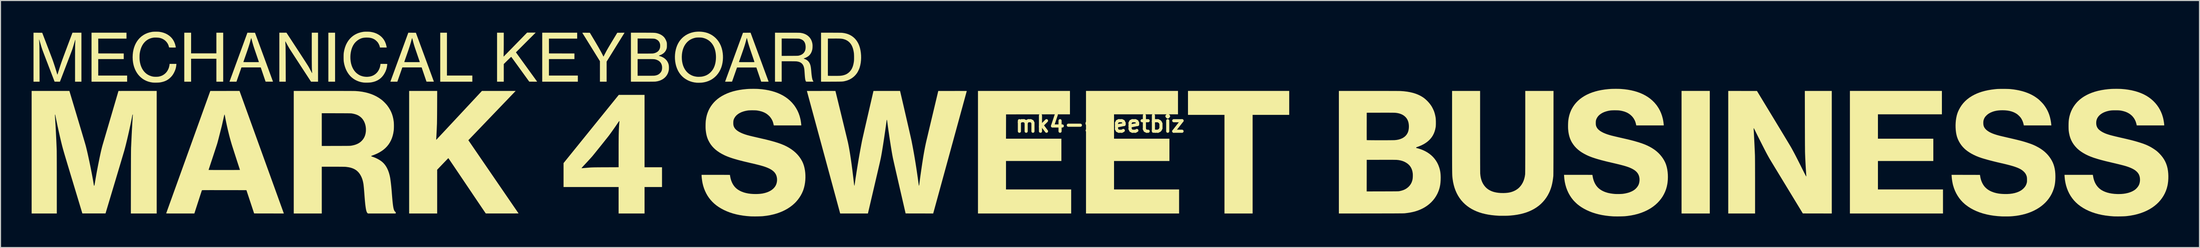
<source format=kicad_pcb>
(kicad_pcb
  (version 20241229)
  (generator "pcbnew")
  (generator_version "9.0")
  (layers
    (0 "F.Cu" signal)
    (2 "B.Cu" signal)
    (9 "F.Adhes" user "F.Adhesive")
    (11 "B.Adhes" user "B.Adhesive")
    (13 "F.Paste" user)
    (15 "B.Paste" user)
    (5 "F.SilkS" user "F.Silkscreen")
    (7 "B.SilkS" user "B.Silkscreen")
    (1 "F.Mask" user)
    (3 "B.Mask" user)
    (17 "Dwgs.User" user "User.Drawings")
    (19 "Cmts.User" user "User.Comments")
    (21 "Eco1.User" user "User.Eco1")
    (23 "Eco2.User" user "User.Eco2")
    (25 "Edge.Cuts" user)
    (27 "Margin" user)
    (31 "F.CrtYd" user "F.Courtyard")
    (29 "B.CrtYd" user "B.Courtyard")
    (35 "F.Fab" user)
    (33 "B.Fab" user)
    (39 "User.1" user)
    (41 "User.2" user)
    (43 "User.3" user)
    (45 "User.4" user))
  (footprint "mk4-sweetbiz"
    (layer "F.Cu")
    (at 102.966 8.917)
    (property "Reference" "mk4-sweetbiz" (at 0 0 0) (layer "F.SilkS") (effects (font (size 1.524 1.524) (thickness 0.3))))
    (attr board_only exclude_from_pos_files exclude_from_bom)
    (fp_poly (pts (xy -73.721 -4.089) (xy -74.368 -4.089) (xy -74.368 -8.813) (xy -73.721 -8.813)) (stroke (width 0) (type solid)) (fill yes) (layer "F.SilkS"))
    (fp_poly (pts (xy 58.776 8.622) (xy 56.054 8.622) (xy 56.054 -3.199) (xy 58.776 -3.199)) (stroke (width 0) (type solid)) (fill yes) (layer "F.SilkS"))
    (fp_poly (pts (xy -62.939 -4.682) (xy -60.492 -4.682) (xy -60.492 -4.089) (xy -63.585 -4.089) (xy -63.585 -8.813) (xy -62.939 -8.813)) (stroke (width 0) (type solid)) (fill yes) (layer "F.SilkS"))
    (fp_poly (pts (xy 18.24 -0.89) (xy 14.713 -0.89) (xy 14.713 8.622) (xy 12.001 8.622) (xy 12.001 -0.89) (xy 8.484 -0.89) (xy 8.484 -3.199) (xy 18.24 -3.199)) (stroke (width 0) (type solid)) (fill yes) (layer "F.SilkS"))
    (fp_poly (pts (xy -87.597 -6.821) (xy -85.161 -6.821) (xy -85.161 -8.813) (xy -84.504 -8.813) (xy -84.504 -4.089) (xy -85.161 -4.089) (xy -85.161 -6.302) (xy -87.597 -6.302) (xy -87.597 -4.089) (xy -88.254 -4.089) (xy -88.254 -8.813) (xy -87.597 -8.813)) (stroke (width 0) (type solid)) (fill yes) (layer "F.SilkS"))
    (fp_poly (pts (xy -2.892 -0.943) (xy -9.051 -0.937) (xy -9.056 1.409) (xy -3.718 1.409) (xy -3.718 3.559) (xy -9.056 3.559) (xy -9.056 6.302) (xy -2.775 6.302) (xy -2.775 8.622) (xy -11.757 8.622) (xy -11.757 -3.199) (xy -2.892 -3.199)) (stroke (width 0) (type solid)) (fill yes) (layer "F.SilkS"))
    (fp_poly (pts (xy 7.52 -0.943) (xy 1.356 -0.943) (xy 1.356 1.409) (xy 6.694 1.409) (xy 6.694 3.559) (xy 1.356 3.559) (xy 1.356 6.302) (xy 7.626 6.302) (xy 7.626 8.622) (xy -1.345 8.622) (xy -1.345 -3.199) (xy 7.52 -3.199)) (stroke (width 0) (type solid)) (fill yes) (layer "F.SilkS"))
    (fp_poly (pts (xy 81.147 -0.943) (xy 74.982 -0.943) (xy 74.982 1.409) (xy 80.32 1.409) (xy 80.32 3.559) (xy 74.982 3.559) (xy 74.982 6.302) (xy 81.252 6.302) (xy 81.252 8.622) (xy 72.281 8.622) (xy 72.281 -3.199) (xy 81.147 -3.199)) (stroke (width 0) (type solid)) (fill yes) (layer "F.SilkS"))
    (fp_poly (pts (xy -93.825 -8.241) (xy -96.548 -8.241) (xy -96.545 -7.528) (xy -96.542 -6.816) (xy -95.316 -6.813) (xy -94.09 -6.811) (xy -94.09 -6.271) (xy -96.548 -6.271) (xy -96.548 -4.682) (xy -93.762 -4.682) (xy -93.762 -4.089) (xy -97.194 -4.089) (xy -97.194 -8.813) (xy -93.825 -8.813)) (stroke (width 0) (type solid)) (fill yes) (layer "F.SilkS"))
    (fp_poly (pts (xy -50.387 -8.241) (xy -53.109 -8.241) (xy -53.107 -7.528) (xy -53.104 -6.816) (xy -51.878 -6.813) (xy -50.652 -6.811) (xy -50.652 -6.271) (xy -53.109 -6.271) (xy -53.109 -4.682) (xy -50.323 -4.682) (xy -50.323 -4.089) (xy -53.755 -4.089) (xy -53.755 -8.813) (xy -50.387 -8.813)) (stroke (width 0) (type solid)) (fill yes) (layer "F.SilkS"))
    (fp_poly (pts (xy -45.835 -8.789) (xy -45.842 -8.777) (xy -45.86 -8.749) (xy -45.887 -8.704) (xy -45.924 -8.645) (xy -45.97 -8.571) (xy -46.024 -8.484) (xy -46.085 -8.386) (xy -46.153 -8.276) (xy -46.227 -8.156) (xy -46.307 -8.028) (xy -46.392 -7.891) (xy -46.481 -7.748) (xy -46.574 -7.598) (xy -46.67 -7.443) (xy -46.699 -7.396) (xy -47.548 -6.027) (xy -47.548 -4.089) (xy -48.194 -4.089) (xy -48.194 -6.067) (xy -49.038 -7.427) (xy -49.134 -7.582) (xy -49.227 -7.732) (xy -49.317 -7.877) (xy -49.402 -8.014) (xy -49.483 -8.144) (xy -49.558 -8.266) (xy -49.628 -8.377) (xy -49.69 -8.477) (xy -49.746 -8.566) (xy -49.793 -8.642) (xy -49.832 -8.704) (xy -49.861 -8.752) (xy -49.881 -8.784) (xy -49.891 -8.799) (xy -49.892 -8.8) (xy -49.891 -8.803) (xy -49.881 -8.806) (xy -49.86 -8.808) (xy -49.827 -8.81) (xy -49.779 -8.811) (xy -49.715 -8.811) (xy -49.634 -8.811) (xy -49.533 -8.81) (xy -49.164 -8.807) (xy -48.729 -8.081) (xy -48.602 -7.867) (xy -48.486 -7.669) (xy -48.379 -7.487) (xy -48.283 -7.318) (xy -48.195 -7.162) (xy -48.115 -7.018) (xy -48.043 -6.884) (xy -47.978 -6.759) (xy -47.919 -6.641) (xy -47.918 -6.639) (xy -47.851 -6.505) (xy -47.733 -6.735) (xy -47.693 -6.812) (xy -47.655 -6.885) (xy -47.619 -6.955) (xy -47.582 -7.024) (xy -47.544 -7.093) (xy -47.504 -7.165) (xy -47.461 -7.24) (xy -47.415 -7.321) (xy -47.363 -7.409) (xy -47.306 -7.506) (xy -47.241 -7.614) (xy -47.169 -7.735) (xy -47.088 -7.87) (xy -46.997 -8.02) (xy -46.973 -8.061) (xy -46.522 -8.807) (xy -46.171 -8.81) (xy -45.819 -8.813)) (stroke (width 0) (type solid)) (fill yes) (layer "F.SilkS"))
    (fp_poly (pts (xy -55.338 -7.871) (xy -56.29 -6.919) (xy -55.275 -5.517) (xy -55.164 -5.363) (xy -55.056 -5.214) (xy -54.951 -5.07) (xy -54.852 -4.932) (xy -54.758 -4.802) (xy -54.669 -4.68) (xy -54.587 -4.567) (xy -54.513 -4.464) (xy -54.446 -4.372) (xy -54.388 -4.292) (xy -54.34 -4.225) (xy -54.301 -4.171) (xy -54.272 -4.132) (xy -54.255 -4.109) (xy -54.25 -4.102) (xy -54.251 -4.098) (xy -54.261 -4.095) (xy -54.282 -4.093) (xy -54.315 -4.092) (xy -54.363 -4.091) (xy -54.426 -4.09) (xy -54.507 -4.09) (xy -54.608 -4.091) (xy -54.624 -4.091) (xy -55.008 -4.094) (xy -55.87 -5.285) (xy -55.972 -5.427) (xy -56.071 -5.564) (xy -56.166 -5.695) (xy -56.257 -5.82) (xy -56.342 -5.937) (xy -56.42 -6.045) (xy -56.492 -6.144) (xy -56.556 -6.232) (xy -56.612 -6.309) (xy -56.659 -6.373) (xy -56.695 -6.424) (xy -56.722 -6.46) (xy -56.737 -6.48) (xy -56.741 -6.485) (xy -56.75 -6.48) (xy -56.772 -6.461) (xy -56.807 -6.43) (xy -56.852 -6.388) (xy -56.906 -6.337) (xy -56.968 -6.277) (xy -57.036 -6.212) (xy -57.106 -6.143) (xy -57.462 -5.792) (xy -57.462 -4.089) (xy -58.109 -4.089) (xy -58.109 -8.813) (xy -57.462 -8.813) (xy -57.463 -7.973) (xy -57.463 -7.832) (xy -57.463 -7.69) (xy -57.464 -7.55) (xy -57.465 -7.413) (xy -57.466 -7.283) (xy -57.467 -7.162) (xy -57.469 -7.053) (xy -57.47 -6.957) (xy -57.472 -6.878) (xy -57.474 -6.823) (xy -57.476 -6.744) (xy -57.478 -6.672) (xy -57.48 -6.61) (xy -57.481 -6.56) (xy -57.481 -6.525) (xy -57.48 -6.508) (xy -57.48 -6.507) (xy -57.472 -6.514) (xy -57.451 -6.535) (xy -57.416 -6.57) (xy -57.368 -6.618) (xy -57.31 -6.677) (xy -57.24 -6.748) (xy -57.16 -6.829) (xy -57.072 -6.919) (xy -56.975 -7.018) (xy -56.87 -7.125) (xy -56.759 -7.238) (xy -56.641 -7.358) (xy -56.519 -7.484) (xy -56.392 -7.613) (xy -56.344 -7.663) (xy -55.212 -8.823) (xy -54.385 -8.823)) (stroke (width 0) (type solid)) (fill yes) (layer "F.SilkS"))
    (fp_poly (pts (xy -77.389 -7.258) (xy -77.28 -7.091) (xy -77.173 -6.927) (xy -77.069 -6.767) (xy -76.968 -6.612) (xy -76.872 -6.464) (xy -76.78 -6.323) (xy -76.694 -6.19) (xy -76.614 -6.067) (xy -76.541 -5.954) (xy -76.476 -5.852) (xy -76.419 -5.762) (xy -76.37 -5.687) (xy -76.331 -5.625) (xy -76.303 -5.579) (xy -76.285 -5.549) (xy -76.282 -5.545) (xy -76.25 -5.488) (xy -76.211 -5.417) (xy -76.168 -5.338) (xy -76.124 -5.257) (xy -76.082 -5.178) (xy -76.068 -5.15) (xy -76.034 -5.086) (xy -76.002 -5.028) (xy -75.975 -4.98) (xy -75.953 -4.943) (xy -75.939 -4.921) (xy -75.934 -4.915) (xy -75.929 -4.924) (xy -75.928 -4.948) (xy -75.93 -4.965) (xy -75.934 -5.008) (xy -75.939 -5.052) (xy -75.943 -5.097) (xy -75.946 -5.145) (xy -75.95 -5.197) (xy -75.952 -5.253) (xy -75.955 -5.316) (xy -75.957 -5.385) (xy -75.959 -5.463) (xy -75.961 -5.549) (xy -75.962 -5.646) (xy -75.963 -5.754) (xy -75.964 -5.875) (xy -75.965 -6.009) (xy -75.966 -6.159) (xy -75.966 -6.323) (xy -75.967 -6.505) (xy -75.967 -6.705) (xy -75.967 -6.923) (xy -75.967 -7.145) (xy -75.967 -8.813) (xy -75.363 -8.813) (xy -75.363 -4.089) (xy -76.039 -4.089) (xy -77.043 -5.627) (xy -77.151 -5.793) (xy -77.257 -5.956) (xy -77.36 -6.114) (xy -77.459 -6.266) (xy -77.554 -6.412) (xy -77.644 -6.55) (xy -77.728 -6.68) (xy -77.806 -6.801) (xy -77.877 -6.91) (xy -77.941 -7.009) (xy -77.996 -7.094) (xy -78.043 -7.166) (xy -78.079 -7.224) (xy -78.106 -7.266) (xy -78.122 -7.292) (xy -78.123 -7.294) (xy -78.155 -7.348) (xy -78.191 -7.411) (xy -78.232 -7.481) (xy -78.274 -7.555) (xy -78.316 -7.63) (xy -78.357 -7.703) (xy -78.395 -7.771) (xy -78.428 -7.831) (xy -78.455 -7.88) (xy -78.473 -7.915) (xy -78.478 -7.926) (xy -78.494 -7.954) (xy -78.507 -7.972) (xy -78.512 -7.976) (xy -78.516 -7.966) (xy -78.518 -7.938) (xy -78.517 -7.896) (xy -78.515 -7.867) (xy -78.512 -7.818) (xy -78.508 -7.754) (xy -78.503 -7.682) (xy -78.499 -7.61) (xy -78.497 -7.579) (xy -78.495 -7.545) (xy -78.494 -7.49) (xy -78.492 -7.417) (xy -78.491 -7.325) (xy -78.49 -7.216) (xy -78.488 -7.092) (xy -78.487 -6.952) (xy -78.486 -6.797) (xy -78.485 -6.63) (xy -78.484 -6.451) (xy -78.483 -6.26) (xy -78.482 -6.06) (xy -78.481 -5.85) (xy -78.481 -5.744) (xy -78.476 -4.089) (xy -79.092 -4.089) (xy -79.092 -8.813) (xy -78.407 -8.813)) (stroke (width 0) (type solid)) (fill yes) (layer "F.SilkS"))
    (fp_poly (pts (xy -43.894 4.163) (xy -42.21 4.163) (xy -42.21 6.069) (xy -43.894 6.069) (xy -43.894 8.622) (xy -46.394 8.622) (xy -46.394 6.069) (xy -51.7 6.069) (xy -51.7 4.241) (xy -49.963 4.241) (xy -49.963 4.246) (xy -49.961 4.249) (xy -49.955 4.251) (xy -49.944 4.252) (xy -49.924 4.252) (xy -49.895 4.251) (xy -49.854 4.248) (xy -49.798 4.243) (xy -49.727 4.237) (xy -49.637 4.229) (xy -49.592 4.225) (xy -49.5 4.217) (xy -49.416 4.21) (xy -49.338 4.204) (xy -49.265 4.198) (xy -49.196 4.193) (xy -49.128 4.188) (xy -49.06 4.184) (xy -48.991 4.181) (xy -48.918 4.178) (xy -48.841 4.176) (xy -48.757 4.174) (xy -48.665 4.172) (xy -48.563 4.171) (xy -48.451 4.17) (xy -48.325 4.169) (xy -48.184 4.168) (xy -48.028 4.167) (xy -47.853 4.167) (xy -47.66 4.166) (xy -47.641 4.166) (xy -46.394 4.161) (xy -46.393 2.751) (xy -46.393 2.489) (xy -46.393 2.248) (xy -46.393 2.025) (xy -46.392 1.819) (xy -46.391 1.629) (xy -46.389 1.454) (xy -46.388 1.293) (xy -46.386 1.143) (xy -46.383 1.005) (xy -46.38 0.876) (xy -46.377 0.755) (xy -46.373 0.641) (xy -46.369 0.532) (xy -46.364 0.428) (xy -46.359 0.328) (xy -46.353 0.228) (xy -46.347 0.13) (xy -46.34 0.03) (xy -46.335 -0.032) (xy -46.33 -0.098) (xy -46.325 -0.159) (xy -46.321 -0.21) (xy -46.318 -0.248) (xy -46.317 -0.27) (xy -46.317 -0.27) (xy -46.319 -0.294) (xy -46.327 -0.302) (xy -46.336 -0.293) (xy -46.355 -0.269) (xy -46.383 -0.231) (xy -46.418 -0.182) (xy -46.46 -0.122) (xy -46.505 -0.055) (xy -46.55 0.011) (xy -46.61 0.099) (xy -46.679 0.2) (xy -46.755 0.309) (xy -46.835 0.424) (xy -46.918 0.541) (xy -47.001 0.659) (xy -47.083 0.772) (xy -47.16 0.88) (xy -47.232 0.978) (xy -47.295 1.064) (xy -47.335 1.117) (xy -47.359 1.148) (xy -47.394 1.194) (xy -47.44 1.252) (xy -47.496 1.323) (xy -47.56 1.404) (xy -47.632 1.493) (xy -47.71 1.591) (xy -47.793 1.695) (xy -47.88 1.804) (xy -47.97 1.917) (xy -48.062 2.032) (xy -48.155 2.148) (xy -48.248 2.263) (xy -48.34 2.377) (xy -48.429 2.488) (xy -48.515 2.594) (xy -48.596 2.695) (xy -48.672 2.789) (xy -48.74 2.874) (xy -48.802 2.949) (xy -48.854 3.013) (xy -48.896 3.065) (xy -48.927 3.102) (xy -48.946 3.125) (xy -48.998 3.183) (xy -49.062 3.254) (xy -49.137 3.337) (xy -49.221 3.428) (xy -49.311 3.526) (xy -49.405 3.629) (xy -49.503 3.734) (xy -49.601 3.84) (xy -49.698 3.943) (xy -49.717 3.964) (xy -49.775 4.026) (xy -49.829 4.084) (xy -49.875 4.136) (xy -49.914 4.18) (xy -49.942 4.213) (xy -49.959 4.234) (xy -49.963 4.241) (xy -51.7 4.241) (xy -51.7 3.762) (xy -49.039 0.472) (xy -46.378 -2.817) (xy -43.894 -2.818)) (stroke (width 0) (type solid)) (fill yes) (layer "F.SilkS"))
    (fp_poly (pts (xy -81.438 -8.807) (xy -80.572 -6.456) (xy -80.493 -6.241) (xy -80.416 -6.031) (xy -80.341 -5.828) (xy -80.269 -5.631) (xy -80.199 -5.443) (xy -80.133 -5.262) (xy -80.071 -5.092) (xy -80.012 -4.932) (xy -79.957 -4.783) (xy -79.907 -4.647) (xy -79.862 -4.523) (xy -79.821 -4.413) (xy -79.787 -4.319) (xy -79.758 -4.239) (xy -79.735 -4.177) (xy -79.719 -4.131) (xy -79.709 -4.104) (xy -79.706 -4.096) (xy -79.716 -4.095) (xy -79.745 -4.093) (xy -79.79 -4.092) (xy -79.849 -4.091) (xy -79.92 -4.091) (xy -79.999 -4.091) (xy -80.062 -4.091) (xy -80.418 -4.094) (xy -80.652 -4.78) (xy -80.885 -5.466) (xy -82.743 -5.466) (xy -82.78 -5.362) (xy -82.791 -5.333) (xy -82.807 -5.286) (xy -82.829 -5.223) (xy -82.856 -5.147) (xy -82.887 -5.06) (xy -82.92 -4.964) (xy -82.956 -4.86) (xy -82.994 -4.752) (xy -83.022 -4.674) (xy -83.226 -4.089) (xy -83.898 -4.089) (xy -83.763 -4.457) (xy -83.746 -4.504) (xy -83.722 -4.57) (xy -83.691 -4.654) (xy -83.654 -4.754) (xy -83.612 -4.869) (xy -83.565 -4.998) (xy -83.513 -5.14) (xy -83.457 -5.294) (xy -83.397 -5.458) (xy -83.334 -5.631) (xy -83.268 -5.812) (xy -83.205 -5.982) (xy -82.558 -5.982) (xy -82.547 -5.981) (xy -82.517 -5.979) (xy -82.47 -5.978) (xy -82.408 -5.977) (xy -82.334 -5.976) (xy -82.248 -5.976) (xy -82.154 -5.975) (xy -82.052 -5.975) (xy -81.947 -5.974) (xy -81.838 -5.974) (xy -81.729 -5.974) (xy -81.622 -5.974) (xy -81.518 -5.974) (xy -81.42 -5.975) (xy -81.33 -5.975) (xy -81.249 -5.976) (xy -81.18 -5.977) (xy -81.125 -5.977) (xy -81.086 -5.979) (xy -81.065 -5.98) (xy -81.062 -5.98) (xy -81.065 -5.991) (xy -81.075 -6.02) (xy -81.09 -6.066) (xy -81.11 -6.126) (xy -81.134 -6.198) (xy -81.162 -6.281) (xy -81.193 -6.372) (xy -81.227 -6.471) (xy -81.262 -6.574) (xy -81.298 -6.68) (xy -81.335 -6.788) (xy -81.372 -6.895) (xy -81.407 -6.999) (xy -81.442 -7.099) (xy -81.474 -7.193) (xy -81.501 -7.272) (xy -81.593 -7.552) (xy -81.679 -7.848) (xy -81.746 -8.106) (xy -81.764 -8.175) (xy -81.779 -8.23) (xy -81.792 -8.27) (xy -81.801 -8.292) (xy -81.805 -8.296) (xy -81.811 -8.283) (xy -81.821 -8.253) (xy -81.834 -8.21) (xy -81.849 -8.156) (xy -81.861 -8.112) (xy -81.892 -7.998) (xy -81.923 -7.885) (xy -81.957 -7.77) (xy -81.993 -7.651) (xy -82.032 -7.527) (xy -82.075 -7.394) (xy -82.122 -7.251) (xy -82.175 -7.095) (xy -82.234 -6.925) (xy -82.299 -6.737) (xy -82.311 -6.704) (xy -82.352 -6.587) (xy -82.391 -6.475) (xy -82.428 -6.37) (xy -82.461 -6.275) (xy -82.49 -6.19) (xy -82.514 -6.118) (xy -82.534 -6.059) (xy -82.548 -6.016) (xy -82.556 -5.99) (xy -82.558 -5.982) (xy -83.205 -5.982) (xy -83.199 -6) (xy -83.128 -6.193) (xy -83.056 -6.392) (xy -82.982 -6.593) (xy -82.908 -6.797) (xy -82.899 -6.819) (xy -82.17 -8.813)) (stroke (width 0) (type solid)) (fill yes) (layer "F.SilkS"))
    (fp_poly (pts (xy -66.298 -8.81) (xy -65.932 -8.807) (xy -65.065 -6.456) (xy -64.986 -6.241) (xy -64.909 -6.031) (xy -64.834 -5.828) (xy -64.762 -5.631) (xy -64.692 -5.443) (xy -64.626 -5.262) (xy -64.564 -5.092) (xy -64.505 -4.932) (xy -64.45 -4.783) (xy -64.4 -4.647) (xy -64.355 -4.523) (xy -64.315 -4.413) (xy -64.28 -4.319) (xy -64.251 -4.239) (xy -64.228 -4.177) (xy -64.212 -4.131) (xy -64.202 -4.104) (xy -64.199 -4.096) (xy -64.209 -4.095) (xy -64.238 -4.093) (xy -64.283 -4.092) (xy -64.342 -4.091) (xy -64.413 -4.091) (xy -64.492 -4.091) (xy -64.555 -4.091) (xy -64.911 -4.094) (xy -65.378 -5.466) (xy -67.237 -5.466) (xy -67.273 -5.362) (xy -67.284 -5.333) (xy -67.3 -5.286) (xy -67.322 -5.223) (xy -67.349 -5.147) (xy -67.38 -5.06) (xy -67.413 -4.964) (xy -67.449 -4.86) (xy -67.487 -4.752) (xy -67.515 -4.674) (xy -67.719 -4.089) (xy -68.391 -4.089) (xy -68.256 -4.457) (xy -68.239 -4.504) (xy -68.215 -4.57) (xy -68.184 -4.654) (xy -68.148 -4.754) (xy -68.105 -4.869) (xy -68.058 -4.998) (xy -68.006 -5.14) (xy -67.95 -5.294) (xy -67.89 -5.458) (xy -67.827 -5.631) (xy -67.761 -5.812) (xy -67.698 -5.982) (xy -67.051 -5.982) (xy -67.04 -5.981) (xy -67.01 -5.979) (xy -66.963 -5.978) (xy -66.901 -5.977) (xy -66.827 -5.976) (xy -66.741 -5.976) (xy -66.647 -5.975) (xy -66.545 -5.975) (xy -66.44 -5.974) (xy -66.331 -5.974) (xy -66.223 -5.974) (xy -66.115 -5.974) (xy -66.011 -5.974) (xy -65.913 -5.975) (xy -65.823 -5.975) (xy -65.742 -5.976) (xy -65.673 -5.977) (xy -65.618 -5.977) (xy -65.579 -5.979) (xy -65.558 -5.98) (xy -65.555 -5.98) (xy -65.558 -5.991) (xy -65.568 -6.02) (xy -65.583 -6.066) (xy -65.603 -6.125) (xy -65.627 -6.198) (xy -65.655 -6.28) (xy -65.686 -6.372) (xy -65.72 -6.47) (xy -65.755 -6.573) (xy -65.791 -6.679) (xy -65.827 -6.786) (xy -65.864 -6.892) (xy -65.899 -6.995) (xy -65.933 -7.094) (xy -65.965 -7.187) (xy -65.994 -7.271) (xy -65.994 -7.272) (xy -66.06 -7.47) (xy -66.125 -7.683) (xy -66.187 -7.904) (xy -66.243 -8.122) (xy -66.26 -8.187) (xy -66.275 -8.238) (xy -66.287 -8.274) (xy -66.295 -8.294) (xy -66.299 -8.296) (xy -66.304 -8.283) (xy -66.314 -8.253) (xy -66.327 -8.21) (xy -66.342 -8.156) (xy -66.354 -8.112) (xy -66.385 -7.998) (xy -66.416 -7.885) (xy -66.45 -7.77) (xy -66.486 -7.651) (xy -66.525 -7.527) (xy -66.568 -7.394) (xy -66.615 -7.251) (xy -66.668 -7.095) (xy -66.727 -6.925) (xy -66.792 -6.737) (xy -66.804 -6.704) (xy -66.845 -6.587) (xy -66.884 -6.475) (xy -66.921 -6.37) (xy -66.954 -6.275) (xy -66.983 -6.19) (xy -67.007 -6.118) (xy -67.027 -6.059) (xy -67.041 -6.016) (xy -67.049 -5.99) (xy -67.051 -5.982) (xy -67.698 -5.982) (xy -67.692 -6) (xy -67.621 -6.194) (xy -67.549 -6.392) (xy -67.475 -6.593) (xy -67.401 -6.797) (xy -67.393 -6.819) (xy -66.663 -8.813)) (stroke (width 0) (type solid)) (fill yes) (layer "F.SilkS"))
    (fp_poly (pts (xy -25.742 -8.813) (xy -25.577 -8.812) (xy -25.425 -8.812) (xy -25.289 -8.811) (xy -25.168 -8.81) (xy -25.065 -8.808) (xy -24.979 -8.807) (xy -24.912 -8.805) (xy -24.865 -8.803) (xy -24.843 -8.801) (xy -24.63 -8.771) (xy -24.428 -8.723) (xy -24.239 -8.658) (xy -24.062 -8.576) (xy -23.897 -8.477) (xy -23.746 -8.362) (xy -23.608 -8.231) (xy -23.484 -8.084) (xy -23.374 -7.921) (xy -23.278 -7.744) (xy -23.198 -7.552) (xy -23.133 -7.345) (xy -23.129 -7.329) (xy -23.079 -7.102) (xy -23.044 -6.866) (xy -23.024 -6.627) (xy -23.02 -6.386) (xy -23.031 -6.147) (xy -23.057 -5.913) (xy -23.099 -5.688) (xy -23.155 -5.473) (xy -23.168 -5.435) (xy -23.198 -5.351) (xy -23.237 -5.258) (xy -23.282 -5.163) (xy -23.329 -5.069) (xy -23.377 -4.984) (xy -23.422 -4.913) (xy -23.428 -4.904) (xy -23.55 -4.748) (xy -23.687 -4.607) (xy -23.838 -4.482) (xy -24.001 -4.374) (xy -24.175 -4.282) (xy -24.36 -4.209) (xy -24.531 -4.159) (xy -24.574 -4.149) (xy -24.613 -4.14) (xy -24.649 -4.132) (xy -24.684 -4.125) (xy -24.719 -4.118) (xy -24.757 -4.113) (xy -24.797 -4.109) (xy -24.843 -4.105) (xy -24.895 -4.102) (xy -24.956 -4.1) (xy -25.025 -4.098) (xy -25.106 -4.096) (xy -25.199 -4.095) (xy -25.306 -4.094) (xy -25.428 -4.093) (xy -25.567 -4.092) (xy -25.725 -4.092) (xy -25.874 -4.091) (xy -26.883 -4.088) (xy -26.883 -5.564) (xy -26.224 -5.564) (xy -26.224 -5.41) (xy -26.224 -5.268) (xy -26.224 -5.138) (xy -26.224 -5.021) (xy -26.223 -4.919) (xy -26.223 -4.832) (xy -26.223 -4.762) (xy -26.222 -4.71) (xy -26.222 -4.677) (xy -26.221 -4.663) (xy -26.221 -4.663) (xy -26.21 -4.66) (xy -26.18 -4.658) (xy -26.133 -4.656) (xy -26.072 -4.654) (xy -25.998 -4.652) (xy -25.916 -4.651) (xy -25.825 -4.65) (xy -25.729 -4.65) (xy -25.631 -4.649) (xy -25.532 -4.65) (xy -25.434 -4.65) (xy -25.341 -4.651) (xy -25.254 -4.652) (xy -25.175 -4.654) (xy -25.107 -4.656) (xy -25.052 -4.658) (xy -25.013 -4.661) (xy -24.838 -4.684) (xy -24.678 -4.721) (xy -24.531 -4.772) (xy -24.397 -4.838) (xy -24.274 -4.92) (xy -24.16 -5.017) (xy -24.123 -5.055) (xy -24.031 -5.161) (xy -23.952 -5.278) (xy -23.884 -5.408) (xy -23.826 -5.551) (xy -23.778 -5.709) (xy -23.74 -5.884) (xy -23.714 -6.048) (xy -23.708 -6.104) (xy -23.704 -6.178) (xy -23.701 -6.264) (xy -23.7 -6.358) (xy -23.7 -6.457) (xy -23.701 -6.557) (xy -23.704 -6.653) (xy -23.708 -6.74) (xy -23.713 -6.816) (xy -23.719 -6.874) (xy -23.753 -7.073) (xy -23.797 -7.254) (xy -23.852 -7.417) (xy -23.918 -7.565) (xy -23.995 -7.697) (xy -24.084 -7.815) (xy -24.185 -7.918) (xy -24.272 -7.989) (xy -24.398 -8.071) (xy -24.537 -8.139) (xy -24.687 -8.19) (xy -24.784 -8.214) (xy -24.828 -8.222) (xy -24.875 -8.229) (xy -24.927 -8.235) (xy -24.986 -8.24) (xy -25.054 -8.244) (xy -25.133 -8.246) (xy -25.224 -8.248) (xy -25.33 -8.249) (xy -25.452 -8.25) (xy -25.593 -8.249) (xy -25.665 -8.249) (xy -26.221 -8.246) (xy -26.224 -6.461) (xy -26.224 -6.268) (xy -26.224 -6.081) (xy -26.224 -5.9) (xy -26.224 -5.728) (xy -26.224 -5.564) (xy -26.883 -5.564) (xy -26.883 -8.813) (xy -25.921 -8.813)) (stroke (width 0) (type solid)) (fill yes) (layer "F.SilkS"))
    (fp_poly (pts (xy -38.426 -8.907) (xy -38.228 -8.883) (xy -38.036 -8.845) (xy -37.856 -8.794) (xy -37.743 -8.753) (xy -37.546 -8.663) (xy -37.362 -8.556) (xy -37.191 -8.432) (xy -37.034 -8.293) (xy -36.892 -8.139) (xy -36.764 -7.971) (xy -36.652 -7.788) (xy -36.556 -7.592) (xy -36.521 -7.506) (xy -36.45 -7.297) (xy -36.396 -7.077) (xy -36.359 -6.85) (xy -36.338 -6.618) (xy -36.335 -6.385) (xy -36.348 -6.152) (xy -36.378 -5.923) (xy -36.425 -5.7) (xy -36.489 -5.486) (xy -36.501 -5.454) (xy -36.586 -5.249) (xy -36.688 -5.057) (xy -36.805 -4.879) (xy -36.939 -4.713) (xy -37.024 -4.623) (xy -37.18 -4.481) (xy -37.349 -4.356) (xy -37.528 -4.249) (xy -37.719 -4.16) (xy -37.921 -4.088) (xy -38.133 -4.035) (xy -38.322 -4.004) (xy -38.384 -3.998) (xy -38.46 -3.993) (xy -38.547 -3.99) (xy -38.637 -3.988) (xy -38.725 -3.988) (xy -38.805 -3.989) (xy -38.872 -3.992) (xy -38.889 -3.993) (xy -39.098 -4.02) (xy -39.294 -4.062) (xy -39.482 -4.12) (xy -39.666 -4.195) (xy -39.751 -4.237) (xy -39.935 -4.342) (xy -40.105 -4.461) (xy -40.259 -4.596) (xy -40.399 -4.745) (xy -40.525 -4.911) (xy -40.637 -5.092) (xy -40.695 -5.204) (xy -40.781 -5.402) (xy -40.851 -5.61) (xy -40.904 -5.827) (xy -40.941 -6.05) (xy -40.962 -6.277) (xy -40.966 -6.451) (xy -40.303 -6.451) (xy -40.295 -6.232) (xy -40.271 -6.024) (xy -40.231 -5.827) (xy -40.176 -5.641) (xy -40.106 -5.468) (xy -40.021 -5.307) (xy -39.923 -5.16) (xy -39.811 -5.027) (xy -39.686 -4.909) (xy -39.548 -4.807) (xy -39.398 -4.721) (xy -39.236 -4.652) (xy -39.205 -4.641) (xy -39.069 -4.603) (xy -38.918 -4.575) (xy -38.838 -4.565) (xy -38.771 -4.561) (xy -38.69 -4.559) (xy -38.602 -4.561) (xy -38.512 -4.565) (xy -38.428 -4.571) (xy -38.357 -4.58) (xy -38.344 -4.582) (xy -38.168 -4.622) (xy -38.004 -4.678) (xy -37.852 -4.751) (xy -37.709 -4.843) (xy -37.575 -4.953) (xy -37.522 -5.004) (xy -37.41 -5.129) (xy -37.313 -5.262) (xy -37.23 -5.407) (xy -37.161 -5.567) (xy -37.126 -5.664) (xy -37.075 -5.848) (xy -37.039 -6.043) (xy -37.017 -6.246) (xy -37.009 -6.454) (xy -37.017 -6.662) (xy -37.039 -6.866) (xy -37.076 -7.063) (xy -37.078 -7.07) (xy -37.132 -7.261) (xy -37.202 -7.438) (xy -37.287 -7.602) (xy -37.387 -7.752) (xy -37.5 -7.886) (xy -37.626 -8.005) (xy -37.765 -8.108) (xy -37.917 -8.194) (xy -38.079 -8.263) (xy -38.253 -8.314) (xy -38.338 -8.332) (xy -38.404 -8.341) (xy -38.484 -8.347) (xy -38.574 -8.351) (xy -38.669 -8.352) (xy -38.762 -8.35) (xy -38.848 -8.346) (xy -38.923 -8.339) (xy -38.963 -8.333) (xy -39.119 -8.297) (xy -39.271 -8.245) (xy -39.415 -8.18) (xy -39.546 -8.105) (xy -39.615 -8.057) (xy -39.752 -7.941) (xy -39.874 -7.809) (xy -39.981 -7.664) (xy -40.074 -7.504) (xy -40.151 -7.331) (xy -40.213 -7.146) (xy -40.259 -6.949) (xy -40.289 -6.741) (xy -40.302 -6.522) (xy -40.303 -6.451) (xy -40.966 -6.451) (xy -40.967 -6.506) (xy -40.955 -6.734) (xy -40.927 -6.959) (xy -40.883 -7.179) (xy -40.823 -7.392) (xy -40.747 -7.596) (xy -40.656 -7.785) (xy -40.547 -7.966) (xy -40.422 -8.133) (xy -40.282 -8.285) (xy -40.129 -8.423) (xy -39.962 -8.545) (xy -39.783 -8.651) (xy -39.593 -8.74) (xy -39.392 -8.812) (xy -39.182 -8.865) (xy -39.025 -8.893) (xy -38.829 -8.912) (xy -38.628 -8.917)) (stroke (width 0) (type solid)) (fill yes) (layer "F.SilkS"))
    (fp_poly (pts (xy -63.884 -1.74) (xy -63.885 -1.56) (xy -63.886 -1.382) (xy -63.887 -1.208) (xy -63.888 -1.04) (xy -63.889 -0.878) (xy -63.891 -0.724) (xy -63.892 -0.581) (xy -63.894 -0.449) (xy -63.895 -0.329) (xy -63.897 -0.225) (xy -63.898 -0.136) (xy -63.899 -0.065) (xy -63.901 -0.013) (xy -63.901 0) (xy -63.909 0.174) (xy -63.916 0.35) (xy -63.924 0.523) (xy -63.932 0.69) (xy -63.94 0.85) (xy -63.947 0.998) (xy -63.954 1.131) (xy -63.961 1.246) (xy -63.961 1.254) (xy -63.965 1.327) (xy -63.969 1.392) (xy -63.971 1.447) (xy -63.973 1.488) (xy -63.974 1.514) (xy -63.974 1.521) (xy -63.966 1.514) (xy -63.945 1.492) (xy -63.91 1.455) (xy -63.863 1.405) (xy -63.803 1.341) (xy -63.732 1.265) (xy -63.65 1.177) (xy -63.557 1.078) (xy -63.454 0.968) (xy -63.341 0.848) (xy -63.22 0.718) (xy -63.09 0.579) (xy -62.953 0.432) (xy -62.808 0.277) (xy -62.657 0.115) (xy -62.499 -0.053) (xy -62.336 -0.228) (xy -62.168 -0.408) (xy -61.996 -0.593) (xy -61.819 -0.782) (xy -61.768 -0.837) (xy -59.565 -3.199) (xy -56.314 -3.199) (xy -56.373 -3.138) (xy -56.385 -3.125) (xy -56.411 -3.098) (xy -56.451 -3.057) (xy -56.504 -3.002) (xy -56.568 -2.934) (xy -56.645 -2.855) (xy -56.733 -2.763) (xy -56.831 -2.661) (xy -56.939 -2.548) (xy -57.056 -2.426) (xy -57.182 -2.294) (xy -57.317 -2.154) (xy -57.459 -2.007) (xy -57.607 -1.851) (xy -57.762 -1.69) (xy -57.923 -1.522) (xy -58.089 -1.349) (xy -58.26 -1.171) (xy -58.435 -0.989) (xy -58.591 -0.826) (xy -58.768 -0.641) (xy -58.943 -0.459) (xy -59.113 -0.282) (xy -59.278 -0.109) (xy -59.439 0.058) (xy -59.593 0.219) (xy -59.741 0.374) (xy -59.882 0.521) (xy -60.016 0.66) (xy -60.141 0.791) (xy -60.258 0.912) (xy -60.365 1.024) (xy -60.462 1.125) (xy -60.549 1.215) (xy -60.624 1.294) (xy -60.688 1.36) (xy -60.739 1.414) (xy -60.777 1.453) (xy -60.802 1.479) (xy -60.812 1.49) (xy -60.875 1.555) (xy -58.455 5.086) (xy -56.035 8.617) (xy -57.61 8.619) (xy -57.791 8.62) (xy -57.966 8.62) (xy -58.134 8.62) (xy -58.295 8.62) (xy -58.446 8.62) (xy -58.586 8.62) (xy -58.715 8.62) (xy -58.832 8.62) (xy -58.934 8.62) (xy -59.021 8.619) (xy -59.092 8.619) (xy -59.145 8.619) (xy -59.18 8.618) (xy -59.195 8.618) (xy -59.195 8.618) (xy -59.202 8.609) (xy -59.22 8.583) (xy -59.249 8.541) (xy -59.289 8.483) (xy -59.338 8.41) (xy -59.397 8.324) (xy -59.465 8.223) (xy -59.542 8.11) (xy -59.627 7.985) (xy -59.719 7.848) (xy -59.819 7.701) (xy -59.926 7.543) (xy -60.039 7.376) (xy -60.157 7.2) (xy -60.282 7.016) (xy -60.411 6.825) (xy -60.544 6.626) (xy -60.682 6.422) (xy -60.823 6.212) (xy -60.968 5.998) (xy -61.001 5.949) (xy -61.146 5.733) (xy -61.288 5.523) (xy -61.426 5.317) (xy -61.561 5.118) (xy -61.691 4.925) (xy -61.816 4.739) (xy -61.936 4.562) (xy -62.05 4.393) (xy -62.158 4.233) (xy -62.259 4.083) (xy -62.353 3.944) (xy -62.44 3.817) (xy -62.518 3.701) (xy -62.588 3.598) (xy -62.649 3.508) (xy -62.7 3.433) (xy -62.742 3.372) (xy -62.773 3.326) (xy -62.793 3.297) (xy -62.803 3.284) (xy -62.803 3.284) (xy -62.811 3.291) (xy -62.833 3.313) (xy -62.867 3.347) (xy -62.913 3.393) (xy -62.968 3.45) (xy -63.032 3.516) (xy -63.104 3.59) (xy -63.182 3.671) (xy -63.265 3.758) (xy -63.346 3.842) (xy -63.881 4.401) (xy -63.881 6.512) (xy -63.881 8.622) (xy -66.582 8.622) (xy -66.582 -3.199) (xy -63.879 -3.199)) (stroke (width 0) (type solid)) (fill yes) (layer "F.SilkS"))
    (fp_poly (pts (xy -33.664 -8.784) (xy -33.659 -8.769) (xy -33.646 -8.735) (xy -33.627 -8.684) (xy -33.603 -8.617) (xy -33.572 -8.534) (xy -33.536 -8.436) (xy -33.496 -8.326) (xy -33.45 -8.203) (xy -33.401 -8.069) (xy -33.348 -7.925) (xy -33.291 -7.772) (xy -33.232 -7.611) (xy -33.17 -7.443) (xy -33.106 -7.269) (xy -33.04 -7.09) (xy -32.973 -6.908) (xy -32.905 -6.723) (xy -32.836 -6.537) (xy -32.767 -6.35) (xy -32.699 -6.163) (xy -32.63 -5.978) (xy -32.563 -5.796) (xy -32.498 -5.618) (xy -32.434 -5.444) (xy -32.372 -5.276) (xy -32.312 -5.115) (xy -32.256 -4.962) (xy -32.203 -4.819) (xy -32.154 -4.685) (xy -32.109 -4.562) (xy -32.068 -4.452) (xy -32.032 -4.355) (xy -32.002 -4.273) (xy -31.977 -4.206) (xy -31.958 -4.155) (xy -31.946 -4.122) (xy -31.941 -4.108) (xy -31.94 -4.107) (xy -31.94 -4.102) (xy -31.943 -4.098) (xy -31.951 -4.095) (xy -31.968 -4.093) (xy -31.995 -4.091) (xy -32.034 -4.09) (xy -32.087 -4.089) (xy -32.157 -4.089) (xy -32.244 -4.089) (xy -32.292 -4.089) (xy -32.65 -4.089) (xy -32.884 -4.774) (xy -33.118 -5.46) (xy -34.98 -5.46) (xy -35.22 -4.777) (xy -35.459 -4.094) (xy -35.794 -4.091) (xy -35.876 -4.09) (xy -35.951 -4.09) (xy -36.016 -4.09) (xy -36.068 -4.09) (xy -36.106 -4.09) (xy -36.127 -4.091) (xy -36.13 -4.091) (xy -36.126 -4.101) (xy -36.116 -4.13) (xy -36.098 -4.177) (xy -36.075 -4.242) (xy -36.045 -4.323) (xy -36.01 -4.42) (xy -35.97 -4.531) (xy -35.924 -4.656) (xy -35.874 -4.794) (xy -35.819 -4.944) (xy -35.76 -5.105) (xy -35.697 -5.277) (xy -35.631 -5.458) (xy -35.561 -5.648) (xy -35.489 -5.846) (xy -35.437 -5.989) (xy -34.793 -5.989) (xy -34.79 -5.986) (xy -34.783 -5.983) (xy -34.77 -5.981) (xy -34.75 -5.979) (xy -34.721 -5.978) (xy -34.683 -5.977) (xy -34.632 -5.976) (xy -34.569 -5.975) (xy -34.492 -5.975) (xy -34.398 -5.974) (xy -34.288 -5.974) (xy -34.159 -5.974) (xy -34.05 -5.974) (xy -33.904 -5.974) (xy -33.778 -5.974) (xy -33.67 -5.974) (xy -33.58 -5.975) (xy -33.505 -5.976) (xy -33.444 -5.976) (xy -33.396 -5.978) (xy -33.36 -5.979) (xy -33.334 -5.981) (xy -33.316 -5.983) (xy -33.306 -5.985) (xy -33.302 -5.988) (xy -33.302 -5.989) (xy -33.305 -6.002) (xy -33.315 -6.032) (xy -33.33 -6.08) (xy -33.351 -6.143) (xy -33.377 -6.22) (xy -33.407 -6.309) (xy -33.44 -6.408) (xy -33.477 -6.517) (xy -33.516 -6.633) (xy -33.558 -6.755) (xy -33.567 -6.781) (xy -33.626 -6.954) (xy -33.678 -7.11) (xy -33.725 -7.249) (xy -33.766 -7.374) (xy -33.803 -7.488) (xy -33.836 -7.592) (xy -33.865 -7.687) (xy -33.892 -7.777) (xy -33.916 -7.863) (xy -33.939 -7.948) (xy -33.961 -8.032) (xy -33.983 -8.119) (xy -33.985 -8.124) (xy -34.001 -8.191) (xy -34.013 -8.239) (xy -34.022 -8.272) (xy -34.029 -8.292) (xy -34.033 -8.301) (xy -34.037 -8.302) (xy -34.04 -8.298) (xy -34.042 -8.294) (xy -34.048 -8.278) (xy -34.058 -8.247) (xy -34.07 -8.202) (xy -34.085 -8.148) (xy -34.096 -8.108) (xy -34.122 -8.012) (xy -34.146 -7.922) (xy -34.17 -7.836) (xy -34.194 -7.753) (xy -34.218 -7.67) (xy -34.244 -7.585) (xy -34.273 -7.496) (xy -34.303 -7.402) (xy -34.338 -7.299) (xy -34.376 -7.186) (xy -34.419 -7.061) (xy -34.468 -6.921) (xy -34.522 -6.765) (xy -34.562 -6.652) (xy -34.601 -6.54) (xy -34.639 -6.434) (xy -34.673 -6.335) (xy -34.705 -6.246) (xy -34.732 -6.167) (xy -34.756 -6.1) (xy -34.774 -6.048) (xy -34.786 -6.012) (xy -34.792 -5.994) (xy -34.793 -5.993) (xy -34.793 -5.989) (xy -35.437 -5.989) (xy -35.414 -6.05) (xy -35.337 -6.261) (xy -35.268 -6.451) (xy -34.406 -8.807) (xy -33.675 -8.813)) (stroke (width 0) (type solid)) (fill yes) (layer "F.SilkS"))
    (fp_poly (pts (xy -90.93 -8.912) (xy -90.843 -8.91) (xy -90.763 -8.907) (xy -90.696 -8.903) (xy -90.658 -8.899) (xy -90.451 -8.863) (xy -90.254 -8.809) (xy -90.07 -8.739) (xy -89.898 -8.652) (xy -89.739 -8.549) (xy -89.593 -8.431) (xy -89.471 -8.306) (xy -89.369 -8.176) (xy -89.279 -8.03) (xy -89.202 -7.871) (xy -89.14 -7.699) (xy -89.095 -7.523) (xy -89.085 -7.475) (xy -89.077 -7.434) (xy -89.071 -7.405) (xy -89.069 -7.393) (xy -89.08 -7.39) (xy -89.108 -7.387) (xy -89.151 -7.385) (xy -89.206 -7.383) (xy -89.269 -7.382) (xy -89.338 -7.382) (xy -89.41 -7.382) (xy -89.481 -7.383) (xy -89.548 -7.384) (xy -89.608 -7.386) (xy -89.658 -7.388) (xy -89.696 -7.391) (xy -89.716 -7.394) (xy -89.72 -7.396) (xy -89.747 -7.492) (xy -89.771 -7.572) (xy -89.796 -7.64) (xy -89.823 -7.699) (xy -89.853 -7.756) (xy -89.888 -7.814) (xy -89.895 -7.824) (xy -89.987 -7.945) (xy -90.095 -8.052) (xy -90.216 -8.144) (xy -90.35 -8.219) (xy -90.495 -8.278) (xy -90.632 -8.315) (xy -90.697 -8.326) (xy -90.777 -8.335) (xy -90.867 -8.341) (xy -90.961 -8.345) (xy -91.053 -8.346) (xy -91.137 -8.344) (xy -91.208 -8.339) (xy -91.223 -8.337) (xy -91.396 -8.304) (xy -91.56 -8.252) (xy -91.712 -8.183) (xy -91.854 -8.096) (xy -91.985 -7.993) (xy -92.103 -7.873) (xy -92.21 -7.738) (xy -92.304 -7.587) (xy -92.385 -7.421) (xy -92.452 -7.241) (xy -92.506 -7.048) (xy -92.545 -6.841) (xy -92.555 -6.763) (xy -92.561 -6.701) (xy -92.565 -6.624) (xy -92.567 -6.536) (xy -92.568 -6.443) (xy -92.567 -6.35) (xy -92.564 -6.264) (xy -92.56 -6.188) (xy -92.555 -6.138) (xy -92.521 -5.928) (xy -92.473 -5.73) (xy -92.409 -5.546) (xy -92.332 -5.376) (xy -92.241 -5.22) (xy -92.136 -5.079) (xy -92.019 -4.954) (xy -91.89 -4.844) (xy -91.748 -4.752) (xy -91.595 -4.676) (xy -91.43 -4.617) (xy -91.272 -4.58) (xy -91.2 -4.57) (xy -91.114 -4.564) (xy -91.02 -4.561) (xy -90.923 -4.562) (xy -90.832 -4.566) (xy -90.751 -4.574) (xy -90.712 -4.579) (xy -90.552 -4.619) (xy -90.401 -4.676) (xy -90.263 -4.751) (xy -90.137 -4.843) (xy -90.023 -4.95) (xy -89.923 -5.073) (xy -89.838 -5.212) (xy -89.768 -5.364) (xy -89.749 -5.415) (xy -89.732 -5.468) (xy -89.716 -5.53) (xy -89.7 -5.596) (xy -89.687 -5.66) (xy -89.678 -5.716) (xy -89.673 -5.759) (xy -89.673 -5.768) (xy -89.673 -5.805) (xy -89.014 -5.805) (xy -89.021 -5.712) (xy -89.04 -5.557) (xy -89.069 -5.41) (xy -89.111 -5.267) (xy -89.167 -5.121) (xy -89.233 -4.98) (xy -89.309 -4.84) (xy -89.391 -4.716) (xy -89.483 -4.601) (xy -89.572 -4.507) (xy -89.697 -4.393) (xy -89.829 -4.295) (xy -89.969 -4.212) (xy -90.119 -4.143) (xy -90.283 -4.087) (xy -90.461 -4.043) (xy -90.589 -4.019) (xy -90.651 -4.012) (xy -90.729 -4.006) (xy -90.819 -4.001) (xy -90.916 -3.999) (xy -91.014 -3.997) (xy -91.11 -3.998) (xy -91.199 -4) (xy -91.276 -4.005) (xy -91.325 -4.009) (xy -91.535 -4.046) (xy -91.736 -4.101) (xy -91.926 -4.174) (xy -92.106 -4.264) (xy -92.274 -4.37) (xy -92.43 -4.493) (xy -92.574 -4.63) (xy -92.706 -4.781) (xy -92.824 -4.947) (xy -92.928 -5.125) (xy -93.017 -5.316) (xy -93.092 -5.519) (xy -93.152 -5.733) (xy -93.195 -5.957) (xy -93.222 -6.19) (xy -93.232 -6.433) (xy -93.232 -6.451) (xy -93.223 -6.694) (xy -93.198 -6.93) (xy -93.156 -7.156) (xy -93.097 -7.373) (xy -93.023 -7.579) (xy -92.933 -7.773) (xy -92.828 -7.955) (xy -92.708 -8.124) (xy -92.574 -8.278) (xy -92.426 -8.417) (xy -92.345 -8.482) (xy -92.174 -8.6) (xy -91.993 -8.699) (xy -91.803 -8.78) (xy -91.602 -8.843) (xy -91.39 -8.888) (xy -91.315 -8.899) (xy -91.261 -8.904) (xy -91.191 -8.908) (xy -91.109 -8.911) (xy -91.02 -8.912)) (stroke (width 0) (type solid)) (fill yes) (layer "F.SilkS"))
    (fp_poly (pts (xy -102.367 -8.81) (xy -101.947 -8.807) (xy -101.498 -7.637) (xy -101.439 -7.482) (xy -101.38 -7.331) (xy -101.324 -7.184) (xy -101.27 -7.042) (xy -101.218 -6.908) (xy -101.17 -6.783) (xy -101.126 -6.668) (xy -101.087 -6.564) (xy -101.052 -6.474) (xy -101.024 -6.399) (xy -101.001 -6.34) (xy -100.986 -6.298) (xy -100.981 -6.286) (xy -100.947 -6.193) (xy -100.908 -6.083) (xy -100.865 -5.959) (xy -100.82 -5.825) (xy -100.774 -5.685) (xy -100.727 -5.542) (xy -100.682 -5.4) (xy -100.639 -5.261) (xy -100.598 -5.131) (xy -100.594 -5.116) (xy -100.57 -5.036) (xy -100.548 -4.963) (xy -100.529 -4.898) (xy -100.512 -4.845) (xy -100.5 -4.805) (xy -100.493 -4.782) (xy -100.492 -4.777) (xy -100.486 -4.766) (xy -100.479 -4.775) (xy -100.478 -4.777) (xy -100.473 -4.79) (xy -100.463 -4.821) (xy -100.447 -4.869) (xy -100.428 -4.93) (xy -100.405 -5.003) (xy -100.379 -5.085) (xy -100.35 -5.175) (xy -100.329 -5.242) (xy -100.299 -5.339) (xy -100.27 -5.431) (xy -100.242 -5.518) (xy -100.215 -5.603) (xy -100.187 -5.687) (xy -100.159 -5.771) (xy -100.13 -5.856) (xy -100.1 -5.944) (xy -100.067 -6.036) (xy -100.033 -6.134) (xy -99.995 -6.24) (xy -99.953 -6.353) (xy -99.908 -6.476) (xy -99.858 -6.611) (xy -99.803 -6.758) (xy -99.743 -6.92) (xy -99.677 -7.096) (xy -99.604 -7.29) (xy -99.525 -7.502) (xy -99.513 -7.534) (xy -99.031 -8.813) (xy -98.168 -8.813) (xy -98.168 -4.089) (xy -98.782 -4.089) (xy -98.782 -5.775) (xy -98.782 -5.966) (xy -98.782 -6.153) (xy -98.782 -6.336) (xy -98.782 -6.512) (xy -98.781 -6.68) (xy -98.78 -6.839) (xy -98.78 -6.989) (xy -98.779 -7.127) (xy -98.778 -7.252) (xy -98.777 -7.363) (xy -98.776 -7.458) (xy -98.775 -7.537) (xy -98.774 -7.598) (xy -98.773 -7.64) (xy -98.773 -7.653) (xy -98.766 -7.783) (xy -98.761 -7.893) (xy -98.757 -7.982) (xy -98.755 -8.051) (xy -98.755 -8.102) (xy -98.756 -8.133) (xy -98.758 -8.146) (xy -98.76 -8.145) (xy -98.766 -8.13) (xy -98.776 -8.098) (xy -98.79 -8.054) (xy -98.806 -8.001) (xy -98.814 -7.971) (xy -98.831 -7.911) (xy -98.853 -7.838) (xy -98.878 -7.755) (xy -98.905 -7.665) (xy -98.933 -7.572) (xy -98.961 -7.481) (xy -98.988 -7.394) (xy -99.012 -7.316) (xy -99.033 -7.249) (xy -99.05 -7.199) (xy -99.052 -7.192) (xy -99.059 -7.173) (xy -99.073 -7.136) (xy -99.093 -7.081) (xy -99.12 -7.009) (xy -99.153 -6.923) (xy -99.191 -6.822) (xy -99.235 -6.709) (xy -99.282 -6.584) (xy -99.334 -6.448) (xy -99.39 -6.303) (xy -99.449 -6.149) (xy -99.51 -5.988) (xy -99.574 -5.822) (xy -99.64 -5.65) (xy -99.659 -5.601) (xy -100.239 -4.088) (xy -100.497 -4.091) (xy -100.755 -4.094) (xy -101.316 -5.55) (xy -101.381 -5.721) (xy -101.445 -5.889) (xy -101.508 -6.051) (xy -101.568 -6.207) (xy -101.625 -6.356) (xy -101.678 -6.496) (xy -101.728 -6.626) (xy -101.773 -6.746) (xy -101.814 -6.852) (xy -101.849 -6.946) (xy -101.879 -7.024) (xy -101.902 -7.086) (xy -101.919 -7.131) (xy -101.928 -7.156) (xy -101.953 -7.23) (xy -101.982 -7.321) (xy -102.015 -7.424) (xy -102.05 -7.535) (xy -102.085 -7.65) (xy -102.119 -7.765) (xy -102.152 -7.876) (xy -102.178 -7.965) (xy -102.2 -8.041) (xy -102.218 -8.099) (xy -102.231 -8.137) (xy -102.241 -8.156) (xy -102.245 -8.155) (xy -102.246 -8.145) (xy -102.245 -8.131) (xy -102.244 -8.098) (xy -102.241 -8.05) (xy -102.238 -7.989) (xy -102.234 -7.917) (xy -102.23 -7.838) (xy -102.229 -7.806) (xy -102.226 -7.757) (xy -102.224 -7.703) (xy -102.222 -7.643) (xy -102.22 -7.576) (xy -102.219 -7.502) (xy -102.217 -7.418) (xy -102.216 -7.324) (xy -102.214 -7.219) (xy -102.213 -7.102) (xy -102.212 -6.972) (xy -102.211 -6.827) (xy -102.21 -6.666) (xy -102.21 -6.489) (xy -102.209 -6.294) (xy -102.208 -6.081) (xy -102.207 -5.848) (xy -102.207 -5.786) (xy -102.202 -4.089) (xy -102.786 -4.089) (xy -102.786 -8.813)) (stroke (width 0) (type solid)) (fill yes) (layer "F.SilkS"))
    (fp_poly (pts (xy -30.137 -8.812) (xy -29.948 -8.812) (xy -29.778 -8.812) (xy -29.627 -8.812) (xy -29.494 -8.812) (xy -29.377 -8.811) (xy -29.275 -8.811) (xy -29.187 -8.81) (xy -29.112 -8.809) (xy -29.049 -8.808) (xy -28.995 -8.806) (xy -28.951 -8.805) (xy -28.914 -8.803) (xy -28.885 -8.801) (xy -28.86 -8.799) (xy -28.842 -8.796) (xy -28.667 -8.762) (xy -28.505 -8.712) (xy -28.355 -8.646) (xy -28.219 -8.565) (xy -28.097 -8.47) (xy -27.99 -8.36) (xy -27.899 -8.238) (xy -27.823 -8.103) (xy -27.765 -7.956) (xy -27.724 -7.798) (xy -27.708 -7.691) (xy -27.702 -7.62) (xy -27.7 -7.537) (xy -27.702 -7.447) (xy -27.706 -7.358) (xy -27.714 -7.275) (xy -27.724 -7.207) (xy -27.724 -7.205) (xy -27.763 -7.055) (xy -27.817 -6.916) (xy -27.886 -6.791) (xy -27.968 -6.68) (xy -28.063 -6.584) (xy -28.08 -6.57) (xy -28.151 -6.519) (xy -28.236 -6.467) (xy -28.328 -6.419) (xy -28.421 -6.378) (xy -28.454 -6.366) (xy -28.496 -6.35) (xy -28.529 -6.335) (xy -28.549 -6.324) (xy -28.553 -6.319) (xy -28.542 -6.311) (xy -28.516 -6.299) (xy -28.481 -6.286) (xy -28.48 -6.286) (xy -28.35 -6.232) (xy -28.235 -6.164) (xy -28.137 -6.082) (xy -28.053 -5.985) (xy -27.985 -5.874) (xy -27.937 -5.762) (xy -27.917 -5.702) (xy -27.9 -5.64) (xy -27.885 -5.572) (xy -27.871 -5.497) (xy -27.858 -5.412) (xy -27.847 -5.313) (xy -27.835 -5.198) (xy -27.825 -5.085) (xy -27.81 -4.914) (xy -27.794 -4.763) (xy -27.777 -4.63) (xy -27.76 -4.515) (xy -27.741 -4.416) (xy -27.721 -4.333) (xy -27.699 -4.264) (xy -27.676 -4.207) (xy -27.651 -4.163) (xy -27.651 -4.162) (xy -27.631 -4.132) (xy -27.618 -4.109) (xy -27.614 -4.098) (xy -27.624 -4.096) (xy -27.654 -4.094) (xy -27.701 -4.092) (xy -27.763 -4.091) (xy -27.84 -4.091) (xy -27.928 -4.091) (xy -27.971 -4.091) (xy -28.328 -4.094) (xy -28.357 -4.152) (xy -28.372 -4.185) (xy -28.385 -4.222) (xy -28.397 -4.265) (xy -28.407 -4.316) (xy -28.417 -4.377) (xy -28.426 -4.449) (xy -28.435 -4.535) (xy -28.444 -4.637) (xy -28.453 -4.756) (xy -28.461 -4.878) (xy -28.469 -4.991) (xy -28.476 -5.085) (xy -28.482 -5.164) (xy -28.488 -5.231) (xy -28.495 -5.286) (xy -28.501 -5.335) (xy -28.509 -5.379) (xy -28.518 -5.421) (xy -28.528 -5.464) (xy -28.531 -5.474) (xy -28.571 -5.599) (xy -28.624 -5.707) (xy -28.691 -5.8) (xy -28.772 -5.878) (xy -28.868 -5.942) (xy -28.979 -5.991) (xy -29.106 -6.026) (xy -29.245 -6.048) (xy -29.274 -6.05) (xy -29.321 -6.051) (xy -29.386 -6.053) (xy -29.465 -6.055) (xy -29.556 -6.056) (xy -29.658 -6.057) (xy -29.768 -6.058) (xy -29.884 -6.058) (xy -30.004 -6.059) (xy -30.01 -6.059) (xy -30.675 -6.059) (xy -30.675 -4.089) (xy -31.321 -4.089) (xy -31.321 -8.252) (xy -30.675 -8.252) (xy -30.675 -6.577) (xy -29.894 -6.581) (xy -29.746 -6.581) (xy -29.618 -6.582) (xy -29.507 -6.583) (xy -29.413 -6.584) (xy -29.334 -6.584) (xy -29.268 -6.586) (xy -29.213 -6.587) (xy -29.169 -6.588) (xy -29.132 -6.59) (xy -29.103 -6.593) (xy -29.078 -6.595) (xy -29.058 -6.598) (xy -29.039 -6.602) (xy -29.02 -6.606) (xy -29.017 -6.606) (xy -28.888 -6.643) (xy -28.776 -6.69) (xy -28.679 -6.749) (xy -28.594 -6.82) (xy -28.52 -6.906) (xy -28.494 -6.944) (xy -28.438 -7.045) (xy -28.399 -7.156) (xy -28.376 -7.28) (xy -28.368 -7.416) (xy -28.369 -7.483) (xy -28.383 -7.626) (xy -28.412 -7.754) (xy -28.456 -7.867) (xy -28.515 -7.965) (xy -28.59 -8.049) (xy -28.679 -8.118) (xy -28.785 -8.173) (xy -28.906 -8.215) (xy -28.932 -8.222) (xy -28.951 -8.226) (xy -28.968 -8.23) (xy -28.987 -8.233) (xy -29.009 -8.236) (xy -29.035 -8.238) (xy -29.067 -8.24) (xy -29.107 -8.241) (xy -29.155 -8.243) (xy -29.214 -8.244) (xy -29.286 -8.245) (xy -29.371 -8.246) (xy -29.471 -8.246) (xy -29.587 -8.247) (xy -29.723 -8.248) (xy -29.851 -8.248) (xy -30.675 -8.252) (xy -31.321 -8.252) (xy -31.321 -8.813)) (stroke (width 0) (type solid)) (fill yes) (layer "F.SilkS"))
    (fp_poly (pts (xy -70.563 -8.911) (xy -70.47 -8.908) (xy -70.387 -8.903) (xy -70.317 -8.896) (xy -70.3 -8.894) (xy -70.092 -8.854) (xy -69.897 -8.798) (xy -69.714 -8.725) (xy -69.545 -8.635) (xy -69.388 -8.53) (xy -69.246 -8.408) (xy -69.192 -8.354) (xy -69.075 -8.217) (xy -68.975 -8.067) (xy -68.892 -7.903) (xy -68.824 -7.725) (xy -68.773 -7.534) (xy -68.77 -7.521) (xy -68.76 -7.471) (xy -68.751 -7.43) (xy -68.745 -7.401) (xy -68.743 -7.388) (xy -68.743 -7.388) (xy -68.753 -7.387) (xy -68.782 -7.385) (xy -68.827 -7.384) (xy -68.885 -7.384) (xy -68.955 -7.383) (xy -69.033 -7.383) (xy -69.07 -7.383) (xy -69.397 -7.383) (xy -69.404 -7.427) (xy -69.422 -7.502) (xy -69.451 -7.587) (xy -69.489 -7.676) (xy -69.533 -7.762) (xy -69.581 -7.841) (xy -69.603 -7.872) (xy -69.649 -7.929) (xy -69.707 -7.99) (xy -69.77 -8.049) (xy -69.834 -8.104) (xy -69.893 -8.148) (xy -69.917 -8.163) (xy -70.033 -8.225) (xy -70.154 -8.274) (xy -70.282 -8.309) (xy -70.419 -8.332) (xy -70.569 -8.343) (xy -70.734 -8.344) (xy -70.738 -8.344) (xy -70.862 -8.337) (xy -70.97 -8.325) (xy -71.069 -8.306) (xy -71.163 -8.28) (xy -71.222 -8.259) (xy -71.365 -8.194) (xy -71.504 -8.111) (xy -71.635 -8.011) (xy -71.755 -7.898) (xy -71.86 -7.774) (xy -71.887 -7.737) (xy -71.978 -7.592) (xy -72.057 -7.431) (xy -72.122 -7.258) (xy -72.174 -7.074) (xy -72.212 -6.882) (xy -72.237 -6.684) (xy -72.246 -6.483) (xy -72.242 -6.28) (xy -72.222 -6.078) (xy -72.187 -5.879) (xy -72.169 -5.803) (xy -72.113 -5.617) (xy -72.041 -5.443) (xy -71.955 -5.282) (xy -71.856 -5.135) (xy -71.743 -5.002) (xy -71.617 -4.886) (xy -71.48 -4.786) (xy -71.332 -4.703) (xy -71.25 -4.667) (xy -71.091 -4.614) (xy -70.924 -4.578) (xy -70.752 -4.56) (xy -70.577 -4.56) (xy -70.405 -4.579) (xy -70.364 -4.586) (xy -70.206 -4.627) (xy -70.059 -4.685) (xy -69.923 -4.762) (xy -69.799 -4.855) (xy -69.687 -4.963) (xy -69.589 -5.087) (xy -69.506 -5.226) (xy -69.438 -5.378) (xy -69.417 -5.436) (xy -69.389 -5.535) (xy -69.366 -5.638) (xy -69.351 -5.736) (xy -69.35 -5.742) (xy -69.344 -5.805) (xy -69.017 -5.805) (xy -68.936 -5.804) (xy -68.863 -5.804) (xy -68.799 -5.802) (xy -68.748 -5.801) (xy -68.711 -5.799) (xy -68.692 -5.797) (xy -68.69 -5.797) (xy -68.691 -5.783) (xy -68.694 -5.754) (xy -68.697 -5.712) (xy -68.701 -5.673) (xy -68.729 -5.483) (xy -68.777 -5.297) (xy -68.846 -5.111) (xy -68.875 -5.046) (xy -68.97 -4.866) (xy -69.076 -4.703) (xy -69.195 -4.557) (xy -69.326 -4.428) (xy -69.47 -4.316) (xy -69.628 -4.221) (xy -69.798 -4.142) (xy -69.981 -4.08) (xy -70.179 -4.034) (xy -70.264 -4.02) (xy -70.331 -4.012) (xy -70.414 -4.006) (xy -70.508 -4.001) (xy -70.608 -3.998) (xy -70.709 -3.997) (xy -70.806 -3.998) (xy -70.894 -4.001) (xy -70.969 -4.006) (xy -70.999 -4.01) (xy -71.207 -4.046) (xy -71.409 -4.102) (xy -71.603 -4.177) (xy -71.788 -4.269) (xy -71.962 -4.379) (xy -72.123 -4.506) (xy -72.129 -4.511) (xy -72.267 -4.645) (xy -72.393 -4.796) (xy -72.508 -4.962) (xy -72.61 -5.142) (xy -72.699 -5.333) (xy -72.772 -5.534) (xy -72.83 -5.743) (xy -72.851 -5.842) (xy -72.865 -5.916) (xy -72.877 -5.982) (xy -72.885 -6.044) (xy -72.891 -6.106) (xy -72.896 -6.172) (xy -72.898 -6.246) (xy -72.9 -6.332) (xy -72.9 -6.434) (xy -72.9 -6.461) (xy -72.9 -6.557) (xy -72.899 -6.636) (xy -72.897 -6.701) (xy -72.895 -6.756) (xy -72.891 -6.804) (xy -72.886 -6.849) (xy -72.88 -6.896) (xy -72.876 -6.926) (xy -72.83 -7.162) (xy -72.768 -7.385) (xy -72.69 -7.597) (xy -72.631 -7.727) (xy -72.527 -7.916) (xy -72.409 -8.091) (xy -72.276 -8.25) (xy -72.13 -8.393) (xy -71.971 -8.52) (xy -71.799 -8.63) (xy -71.615 -8.724) (xy -71.42 -8.8) (xy -71.213 -8.858) (xy -70.997 -8.898) (xy -70.989 -8.899) (xy -70.926 -8.905) (xy -70.846 -8.91) (xy -70.756 -8.912) (xy -70.66 -8.912)) (stroke (width 0) (type solid)) (fill yes) (layer "F.SilkS"))
    (fp_poly (pts (xy 61.939 -3.196) (xy 63.323 -3.194) (xy 64.908 -0.582) (xy 65.041 -0.363) (xy 65.171 -0.148) (xy 65.299 0.064) (xy 65.424 0.27) (xy 65.546 0.471) (xy 65.663 0.665) (xy 65.776 0.851) (xy 65.884 1.03) (xy 65.986 1.199) (xy 66.082 1.359) (xy 66.172 1.508) (xy 66.255 1.646) (xy 66.331 1.772) (xy 66.399 1.885) (xy 66.458 1.984) (xy 66.509 2.069) (xy 66.55 2.138) (xy 66.582 2.192) (xy 66.603 2.228) (xy 66.611 2.241) (xy 66.671 2.349) (xy 66.73 2.456) (xy 66.788 2.563) (xy 66.847 2.672) (xy 66.907 2.784) (xy 66.969 2.901) (xy 67.033 3.024) (xy 67.101 3.155) (xy 67.173 3.296) (xy 67.251 3.448) (xy 67.334 3.613) (xy 67.424 3.791) (xy 67.522 3.986) (xy 67.627 4.197) (xy 67.647 4.237) (xy 67.722 4.387) (xy 67.791 4.523) (xy 67.852 4.645) (xy 67.907 4.752) (xy 67.954 4.843) (xy 67.994 4.919) (xy 68.025 4.978) (xy 68.049 5.02) (xy 68.063 5.044) (xy 68.068 5.049) (xy 68.077 5.036) (xy 68.079 5.008) (xy 68.079 5.004) (xy 68.077 4.983) (xy 68.075 4.944) (xy 68.071 4.89) (xy 68.066 4.824) (xy 68.061 4.749) (xy 68.056 4.669) (xy 68.055 4.655) (xy 68.033 4.323) (xy 68.013 3.975) (xy 67.994 3.616) (xy 67.976 3.253) (xy 67.961 2.891) (xy 67.958 2.796) (xy 67.957 2.751) (xy 67.955 2.685) (xy 67.954 2.599) (xy 67.953 2.494) (xy 67.952 2.369) (xy 67.951 2.226) (xy 67.949 2.065) (xy 67.948 1.886) (xy 67.947 1.691) (xy 67.946 1.479) (xy 67.945 1.251) (xy 67.945 1.008) (xy 67.944 0.75) (xy 67.943 0.477) (xy 67.942 0.192) (xy 67.942 -0.108) (xy 67.941 -0.357) (xy 67.936 -3.199) (xy 70.533 -3.199) (xy 70.533 8.622) (xy 69.138 8.619) (xy 67.743 8.617) (xy 66.4 6.408) (xy 66.233 6.134) (xy 66.077 5.876) (xy 65.93 5.636) (xy 65.794 5.412) (xy 65.668 5.204) (xy 65.55 5.01) (xy 65.441 4.831) (xy 65.341 4.666) (xy 65.249 4.514) (xy 65.164 4.375) (xy 65.086 4.248) (xy 65.016 4.132) (xy 64.952 4.026) (xy 64.894 3.931) (xy 64.843 3.846) (xy 64.796 3.769) (xy 64.755 3.701) (xy 64.718 3.641) (xy 64.686 3.587) (xy 64.658 3.54) (xy 64.633 3.499) (xy 64.611 3.463) (xy 64.593 3.432) (xy 64.576 3.405) (xy 64.562 3.381) (xy 64.55 3.36) (xy 64.539 3.341) (xy 64.529 3.324) (xy 64.519 3.308) (xy 64.51 3.292) (xy 64.501 3.276) (xy 64.491 3.259) (xy 64.49 3.257) (xy 64.456 3.197) (xy 64.415 3.123) (xy 64.37 3.042) (xy 64.324 2.958) (xy 64.28 2.878) (xy 64.265 2.849) (xy 64.232 2.787) (xy 64.19 2.707) (xy 64.141 2.613) (xy 64.086 2.506) (xy 64.025 2.387) (xy 63.96 2.26) (xy 63.891 2.125) (xy 63.82 1.986) (xy 63.748 1.843) (xy 63.675 1.699) (xy 63.603 1.556) (xy 63.532 1.417) (xy 63.465 1.282) (xy 63.4 1.153) (xy 63.341 1.034) (xy 63.287 0.926) (xy 63.24 0.83) (xy 63.2 0.749) (xy 63.172 0.691) (xy 63.131 0.606) (xy 63.095 0.534) (xy 63.065 0.475) (xy 63.041 0.43) (xy 63.024 0.402) (xy 63.015 0.392) (xy 63.014 0.392) (xy 63.008 0.395) (xy 63.004 0.407) (xy 63.003 0.432) (xy 63.004 0.471) (xy 63.006 0.516) (xy 63.016 0.7) (xy 63.027 0.889) (xy 63.037 1.083) (xy 63.047 1.279) (xy 63.057 1.476) (xy 63.067 1.671) (xy 63.077 1.862) (xy 63.086 2.048) (xy 63.094 2.227) (xy 63.102 2.396) (xy 63.109 2.554) (xy 63.116 2.698) (xy 63.121 2.827) (xy 63.126 2.939) (xy 63.129 3.028) (xy 63.13 3.073) (xy 63.131 3.139) (xy 63.132 3.224) (xy 63.133 3.329) (xy 63.134 3.451) (xy 63.135 3.591) (xy 63.136 3.748) (xy 63.137 3.921) (xy 63.137 4.11) (xy 63.138 4.313) (xy 63.138 4.529) (xy 63.139 4.759) (xy 63.139 5.001) (xy 63.14 5.255) (xy 63.14 5.52) (xy 63.14 5.794) (xy 63.14 5.985) (xy 63.14 8.622) (xy 60.555 8.622) (xy 60.555 -3.199)) (stroke (width 0) (type solid)) (fill yes) (layer "F.SilkS"))
    (fp_poly (pts (xy 36.638 0.712) (xy 36.638 1.091) (xy 36.639 1.452) (xy 36.639 1.796) (xy 36.639 2.123) (xy 36.639 2.432) (xy 36.639 2.722) (xy 36.64 2.995) (xy 36.64 3.249) (xy 36.641 3.485) (xy 36.641 3.701) (xy 36.642 3.899) (xy 36.643 4.077) (xy 36.643 4.236) (xy 36.644 4.375) (xy 36.645 4.494) (xy 36.646 4.593) (xy 36.647 4.671) (xy 36.648 4.729) (xy 36.649 4.766) (xy 36.649 4.777) (xy 36.673 5) (xy 36.712 5.21) (xy 36.767 5.405) (xy 36.837 5.587) (xy 36.923 5.756) (xy 37.026 5.914) (xy 37.145 6.059) (xy 37.17 6.086) (xy 37.3 6.208) (xy 37.445 6.315) (xy 37.606 6.407) (xy 37.781 6.484) (xy 37.972 6.547) (xy 38.178 6.594) (xy 38.399 6.627) (xy 38.635 6.646) (xy 38.886 6.649) (xy 38.921 6.649) (xy 39.11 6.641) (xy 39.282 6.625) (xy 39.441 6.601) (xy 39.589 6.568) (xy 39.73 6.525) (xy 39.867 6.472) (xy 39.95 6.435) (xy 40.114 6.346) (xy 40.264 6.242) (xy 40.401 6.123) (xy 40.526 5.986) (xy 40.64 5.832) (xy 40.643 5.827) (xy 40.742 5.659) (xy 40.825 5.478) (xy 40.892 5.284) (xy 40.942 5.08) (xy 40.976 4.867) (xy 40.98 4.826) (xy 40.981 4.806) (xy 40.982 4.769) (xy 40.983 4.715) (xy 40.984 4.644) (xy 40.985 4.555) (xy 40.986 4.449) (xy 40.987 4.325) (xy 40.988 4.182) (xy 40.988 4.022) (xy 40.989 3.842) (xy 40.989 3.644) (xy 40.99 3.427) (xy 40.99 3.191) (xy 40.991 2.935) (xy 40.991 2.659) (xy 40.991 2.364) (xy 40.991 2.048) (xy 40.991 1.712) (xy 40.992 1.355) (xy 40.992 0.978) (xy 40.992 0.755) (xy 40.992 -3.199) (xy 43.714 -3.199) (xy 43.711 0.855) (xy 43.71 1.225) (xy 43.71 1.575) (xy 43.71 1.904) (xy 43.709 2.213) (xy 43.709 2.503) (xy 43.709 2.775) (xy 43.708 3.028) (xy 43.708 3.264) (xy 43.707 3.482) (xy 43.707 3.683) (xy 43.706 3.869) (xy 43.705 4.038) (xy 43.705 4.193) (xy 43.704 4.332) (xy 43.703 4.458) (xy 43.703 4.569) (xy 43.702 4.668) (xy 43.701 4.753) (xy 43.7 4.827) (xy 43.699 4.888) (xy 43.698 4.939) (xy 43.697 4.978) (xy 43.696 5.007) (xy 43.695 5.027) (xy 43.694 5.031) (xy 43.664 5.281) (xy 43.629 5.513) (xy 43.587 5.729) (xy 43.539 5.933) (xy 43.483 6.126) (xy 43.419 6.312) (xy 43.346 6.493) (xy 43.289 6.618) (xy 43.164 6.858) (xy 43.021 7.088) (xy 42.862 7.305) (xy 42.686 7.509) (xy 42.496 7.7) (xy 42.292 7.875) (xy 42.083 8.028) (xy 41.855 8.171) (xy 41.617 8.299) (xy 41.366 8.414) (xy 41.102 8.515) (xy 40.824 8.602) (xy 40.533 8.676) (xy 40.227 8.736) (xy 39.906 8.784) (xy 39.568 8.818) (xy 39.339 8.834) (xy 39.286 8.836) (xy 39.216 8.838) (xy 39.132 8.84) (xy 39.04 8.841) (xy 38.941 8.842) (xy 38.84 8.842) (xy 38.741 8.842) (xy 38.647 8.842) (xy 38.562 8.841) (xy 38.489 8.84) (xy 38.433 8.838) (xy 38.418 8.837) (xy 38.065 8.812) (xy 37.73 8.776) (xy 37.411 8.728) (xy 37.109 8.667) (xy 36.821 8.595) (xy 36.549 8.51) (xy 36.29 8.412) (xy 36.045 8.302) (xy 35.813 8.179) (xy 35.592 8.042) (xy 35.404 7.908) (xy 35.194 7.736) (xy 35 7.549) (xy 34.822 7.349) (xy 34.661 7.135) (xy 34.515 6.908) (xy 34.386 6.668) (xy 34.273 6.414) (xy 34.176 6.147) (xy 34.096 5.867) (xy 34.032 5.574) (xy 33.985 5.268) (xy 33.97 5.137) (xy 33.967 5.109) (xy 33.964 5.079) (xy 33.962 5.047) (xy 33.96 5.013) (xy 33.957 4.976) (xy 33.955 4.935) (xy 33.954 4.889) (xy 33.952 4.838) (xy 33.95 4.782) (xy 33.949 4.719) (xy 33.947 4.648) (xy 33.946 4.57) (xy 33.945 4.484) (xy 33.944 4.388) (xy 33.943 4.282) (xy 33.942 4.166) (xy 33.941 4.039) (xy 33.941 3.9) (xy 33.94 3.748) (xy 33.94 3.583) (xy 33.939 3.405) (xy 33.939 3.212) (xy 33.938 3.003) (xy 33.938 2.779) (xy 33.938 2.539) (xy 33.938 2.281) (xy 33.938 2.005) (xy 33.938 1.711) (xy 33.937 1.398) (xy 33.937 1.065) (xy 33.937 0.711) (xy 33.937 0.702) (xy 33.937 -3.199) (xy 36.638 -3.199)) (stroke (width 0) (type solid)) (fill yes) (layer "F.SilkS"))
    (fp_poly (pts (xy -43.919 -8.813) (xy -43.752 -8.813) (xy -43.604 -8.812) (xy -43.472 -8.812) (xy -43.357 -8.811) (xy -43.255 -8.81) (xy -43.167 -8.809) (xy -43.09 -8.807) (xy -43.024 -8.805) (xy -42.966 -8.802) (xy -42.917 -8.799) (xy -42.873 -8.795) (xy -42.834 -8.791) (xy -42.799 -8.785) (xy -42.766 -8.779) (xy -42.733 -8.773) (xy -42.7 -8.765) (xy -42.665 -8.756) (xy -42.662 -8.755) (xy -42.51 -8.708) (xy -42.367 -8.646) (xy -42.236 -8.571) (xy -42.119 -8.484) (xy -42.017 -8.386) (xy -41.98 -8.342) (xy -41.93 -8.271) (xy -41.88 -8.187) (xy -41.834 -8.095) (xy -41.795 -8.003) (xy -41.766 -7.919) (xy -41.763 -7.907) (xy -41.754 -7.871) (xy -41.748 -7.838) (xy -41.744 -7.803) (xy -41.741 -7.762) (xy -41.739 -7.71) (xy -41.739 -7.644) (xy -41.739 -7.6) (xy -41.739 -7.515) (xy -41.741 -7.446) (xy -41.746 -7.39) (xy -41.753 -7.341) (xy -41.763 -7.296) (xy -41.778 -7.248) (xy -41.798 -7.195) (xy -41.799 -7.192) (xy -41.856 -7.073) (xy -41.932 -6.964) (xy -42.025 -6.866) (xy -42.135 -6.78) (xy -42.263 -6.705) (xy -42.407 -6.643) (xy -42.423 -6.637) (xy -42.463 -6.622) (xy -42.495 -6.608) (xy -42.513 -6.598) (xy -42.516 -6.595) (xy -42.507 -6.588) (xy -42.482 -6.577) (xy -42.445 -6.563) (xy -42.409 -6.552) (xy -42.264 -6.501) (xy -42.136 -6.443) (xy -42.021 -6.374) (xy -41.916 -6.294) (xy -41.862 -6.245) (xy -41.761 -6.135) (xy -41.68 -6.014) (xy -41.616 -5.883) (xy -41.579 -5.772) (xy -41.563 -5.697) (xy -41.551 -5.608) (xy -41.544 -5.509) (xy -41.543 -5.408) (xy -41.546 -5.31) (xy -41.555 -5.222) (xy -41.558 -5.2) (xy -41.595 -5.04) (xy -41.65 -4.889) (xy -41.723 -4.75) (xy -41.812 -4.621) (xy -41.917 -4.505) (xy -42.037 -4.402) (xy -42.171 -4.312) (xy -42.319 -4.236) (xy -42.48 -4.175) (xy -42.652 -4.129) (xy -42.835 -4.1) (xy -42.837 -4.1) (xy -42.867 -4.098) (xy -42.918 -4.096) (xy -42.989 -4.094) (xy -43.079 -4.093) (xy -43.19 -4.092) (xy -43.319 -4.091) (xy -43.467 -4.09) (xy -43.633 -4.089) (xy -43.817 -4.089) (xy -44.018 -4.089) (xy -44.074 -4.089) (xy -45.207 -4.089) (xy -45.207 -4.661) (xy -44.561 -4.661) (xy -43.78 -4.661) (xy -43.625 -4.661) (xy -43.49 -4.661) (xy -43.372 -4.661) (xy -43.272 -4.662) (xy -43.186 -4.663) (xy -43.114 -4.664) (xy -43.055 -4.665) (xy -43.006 -4.667) (xy -42.965 -4.669) (xy -42.933 -4.672) (xy -42.907 -4.675) (xy -42.896 -4.676) (xy -42.769 -4.702) (xy -42.658 -4.738) (xy -42.559 -4.787) (xy -42.469 -4.85) (xy -42.405 -4.909) (xy -42.334 -4.989) (xy -42.279 -5.074) (xy -42.24 -5.166) (xy -42.215 -5.269) (xy -42.203 -5.387) (xy -42.202 -5.391) (xy -42.204 -5.532) (xy -42.225 -5.661) (xy -42.263 -5.78) (xy -42.319 -5.888) (xy -42.392 -5.984) (xy -42.483 -6.068) (xy -42.59 -6.138) (xy -42.714 -6.196) (xy -42.771 -6.216) (xy -42.803 -6.226) (xy -42.832 -6.235) (xy -42.862 -6.242) (xy -42.894 -6.248) (xy -42.928 -6.254) (xy -42.968 -6.258) (xy -43.015 -6.262) (xy -43.069 -6.264) (xy -43.134 -6.267) (xy -43.21 -6.268) (xy -43.3 -6.269) (xy -43.404 -6.27) (xy -43.525 -6.27) (xy -43.664 -6.271) (xy -43.795 -6.271) (xy -44.561 -6.271) (xy -44.561 -4.661) (xy -45.207 -4.661) (xy -45.207 -8.252) (xy -44.561 -8.252) (xy -44.561 -6.8) (xy -43.865 -6.8) (xy -43.743 -6.801) (xy -43.625 -6.801) (xy -43.514 -6.802) (xy -43.411 -6.803) (xy -43.319 -6.804) (xy -43.239 -6.806) (xy -43.174 -6.807) (xy -43.125 -6.809) (xy -43.095 -6.81) (xy -43.09 -6.811) (xy -42.993 -6.827) (xy -42.907 -6.849) (xy -42.823 -6.88) (xy -42.764 -6.907) (xy -42.66 -6.967) (xy -42.573 -7.041) (xy -42.502 -7.128) (xy -42.447 -7.229) (xy -42.41 -7.337) (xy -42.395 -7.418) (xy -42.388 -7.51) (xy -42.388 -7.605) (xy -42.397 -7.695) (xy -42.41 -7.757) (xy -42.449 -7.867) (xy -42.505 -7.964) (xy -42.577 -8.047) (xy -42.665 -8.117) (xy -42.742 -8.16) (xy -42.774 -8.175) (xy -42.802 -8.189) (xy -42.828 -8.2) (xy -42.854 -8.21) (xy -42.88 -8.219) (xy -42.91 -8.226) (xy -42.943 -8.231) (xy -42.983 -8.236) (xy -43.031 -8.239) (xy -43.087 -8.242) (xy -43.155 -8.244) (xy -43.235 -8.245) (xy -43.329 -8.247) (xy -43.439 -8.247) (xy -43.567 -8.248) (xy -43.713 -8.248) (xy -43.769 -8.249) (xy -44.561 -8.252) (xy -45.207 -8.252) (xy -45.207 -8.813) (xy -44.106 -8.813)) (stroke (width 0) (type solid)) (fill yes) (layer "F.SilkS"))
    (fp_poly (pts (xy -80.824 2.629) (xy -80.701 2.97) (xy -80.58 3.306) (xy -80.46 3.636) (xy -80.343 3.961) (xy -80.228 4.279) (xy -80.115 4.591) (xy -80.005 4.894) (xy -79.898 5.19) (xy -79.795 5.477) (xy -79.694 5.755) (xy -79.597 6.023) (xy -79.504 6.281) (xy -79.415 6.528) (xy -79.33 6.763) (xy -79.249 6.986) (xy -79.173 7.197) (xy -79.102 7.395) (xy -79.035 7.578) (xy -78.974 7.748) (xy -78.918 7.903) (xy -78.867 8.042) (xy -78.823 8.166) (xy -78.784 8.273) (xy -78.752 8.362) (xy -78.726 8.435) (xy -78.706 8.489) (xy -78.693 8.524) (xy -78.687 8.54) (xy -78.687 8.54) (xy -78.658 8.622) (xy -81.522 8.617) (xy -82.266 6.371) (xy -84.407 6.369) (xy -84.658 6.368) (xy -84.888 6.368) (xy -85.099 6.368) (xy -85.291 6.368) (xy -85.466 6.367) (xy -85.624 6.367) (xy -85.766 6.367) (xy -85.892 6.368) (xy -86.005 6.368) (xy -86.103 6.368) (xy -86.19 6.369) (xy -86.264 6.369) (xy -86.328 6.37) (xy -86.382 6.37) (xy -86.426 6.371) (xy -86.462 6.372) (xy -86.491 6.374) (xy -86.513 6.375) (xy -86.53 6.376) (xy -86.542 6.378) (xy -86.55 6.38) (xy -86.554 6.382) (xy -86.557 6.384) (xy -86.557 6.384) (xy -86.561 6.397) (xy -86.572 6.428) (xy -86.588 6.477) (xy -86.609 6.542) (xy -86.636 6.622) (xy -86.666 6.715) (xy -86.701 6.821) (xy -86.739 6.937) (xy -86.78 7.064) (xy -86.823 7.198) (xy -86.869 7.34) (xy -86.917 7.487) (xy -86.925 7.512) (xy -87.284 8.622) (xy -88.643 8.622) (xy -88.841 8.622) (xy -89.019 8.622) (xy -89.177 8.622) (xy -89.318 8.622) (xy -89.442 8.622) (xy -89.549 8.621) (xy -89.642 8.621) (xy -89.722 8.62) (xy -89.789 8.62) (xy -89.844 8.619) (xy -89.888 8.618) (xy -89.924 8.617) (xy -89.951 8.615) (xy -89.97 8.614) (xy -89.984 8.612) (xy -89.992 8.61) (xy -89.996 8.608) (xy -89.997 8.605) (xy -89.997 8.603) (xy -89.993 8.593) (xy -89.982 8.562) (xy -89.964 8.513) (xy -89.94 8.446) (xy -89.91 8.36) (xy -89.873 8.258) (xy -89.83 8.139) (xy -89.781 8.004) (xy -89.727 7.854) (xy -89.668 7.688) (xy -89.603 7.508) (xy -89.533 7.314) (xy -89.458 7.107) (xy -89.379 6.887) (xy -89.296 6.655) (xy -89.208 6.411) (xy -89.116 6.156) (xy -89.02 5.891) (xy -88.921 5.615) (xy -88.819 5.331) (xy -88.713 5.037) (xy -88.604 4.735) (xy -88.492 4.425) (xy -88.491 4.421) (xy -85.913 4.421) (xy -85.903 4.422) (xy -85.872 4.423) (xy -85.823 4.423) (xy -85.756 4.424) (xy -85.673 4.425) (xy -85.574 4.425) (xy -85.462 4.426) (xy -85.336 4.426) (xy -85.199 4.427) (xy -85.051 4.427) (xy -84.894 4.427) (xy -84.729 4.427) (xy -84.557 4.427) (xy -84.398 4.428) (xy -84.22 4.427) (xy -84.049 4.427) (xy -83.885 4.427) (xy -83.729 4.427) (xy -83.583 4.426) (xy -83.447 4.426) (xy -83.323 4.425) (xy -83.212 4.425) (xy -83.116 4.424) (xy -83.035 4.423) (xy -82.97 4.422) (xy -82.923 4.421) (xy -82.895 4.42) (xy -82.887 4.42) (xy -82.892 4.408) (xy -82.902 4.377) (xy -82.918 4.33) (xy -82.938 4.267) (xy -82.964 4.189) (xy -82.993 4.099) (xy -83.026 3.998) (xy -83.062 3.886) (xy -83.101 3.767) (xy -83.142 3.641) (xy -83.184 3.51) (xy -83.228 3.375) (xy -83.272 3.237) (xy -83.317 3.099) (xy -83.361 2.962) (xy -83.405 2.827) (xy -83.447 2.696) (xy -83.487 2.57) (xy -83.526 2.45) (xy -83.561 2.339) (xy -83.594 2.238) (xy -83.623 2.148) (xy -83.647 2.07) (xy -83.667 2.007) (xy -83.682 1.959) (xy -83.689 1.936) (xy -83.784 1.61) (xy -83.879 1.267) (xy -83.97 0.909) (xy -84.059 0.542) (xy -84.144 0.169) (xy -84.224 -0.208) (xy -84.27 -0.434) (xy -84.287 -0.523) (xy -84.303 -0.607) (xy -84.318 -0.685) (xy -84.331 -0.752) (xy -84.342 -0.806) (xy -84.349 -0.844) (xy -84.352 -0.863) (xy -84.362 -0.899) (xy -84.373 -0.917) (xy -84.377 -0.919) (xy -84.382 -0.916) (xy -84.388 -0.905) (xy -84.395 -0.884) (xy -84.404 -0.851) (xy -84.416 -0.806) (xy -84.43 -0.747) (xy -84.448 -0.672) (xy -84.468 -0.58) (xy -84.493 -0.47) (xy -84.508 -0.4) (xy -84.533 -0.292) (xy -84.557 -0.184) (xy -84.58 -0.08) (xy -84.602 0.017) (xy -84.622 0.104) (xy -84.64 0.179) (xy -84.654 0.24) (xy -84.665 0.281) (xy -84.675 0.32) (xy -84.69 0.378) (xy -84.708 0.452) (xy -84.731 0.539) (xy -84.756 0.636) (xy -84.783 0.742) (xy -84.811 0.854) (xy -84.841 0.97) (xy -84.864 1.059) (xy -84.894 1.176) (xy -84.923 1.292) (xy -84.952 1.404) (xy -84.98 1.509) (xy -85.005 1.606) (xy -85.028 1.692) (xy -85.047 1.763) (xy -85.063 1.819) (xy -85.071 1.848) (xy -85.081 1.881) (xy -85.097 1.931) (xy -85.118 1.999) (xy -85.145 2.083) (xy -85.177 2.181) (xy -85.213 2.291) (xy -85.253 2.413) (xy -85.296 2.545) (xy -85.342 2.685) (xy -85.39 2.832) (xy -85.44 2.984) (xy -85.491 3.14) (xy -85.517 3.216) (xy -85.567 3.37) (xy -85.616 3.518) (xy -85.663 3.659) (xy -85.707 3.792) (xy -85.748 3.916) (xy -85.785 4.029) (xy -85.818 4.13) (xy -85.847 4.218) (xy -85.871 4.292) (xy -85.89 4.351) (xy -85.904 4.392) (xy -85.912 4.416) (xy -85.913 4.421) (xy -88.491 4.421) (xy -88.378 4.107) (xy -88.261 3.783) (xy -88.142 3.453) (xy -88.021 3.117) (xy -87.899 2.777) (xy -87.869 2.696) (xy -85.748 -3.194) (xy -84.34 -3.196) (xy -82.931 -3.199)) (stroke (width 0) (type solid)) (fill yes) (layer "F.SilkS"))
    (fp_poly (pts (xy -74.815 -3.199) (xy -74.526 -3.199) (xy -74.247 -3.199) (xy -73.979 -3.198) (xy -73.723 -3.198) (xy -73.48 -3.198) (xy -73.249 -3.197) (xy -73.033 -3.197) (xy -72.831 -3.196) (xy -72.644 -3.196) (xy -72.473 -3.195) (xy -72.318 -3.194) (xy -72.18 -3.194) (xy -72.059 -3.193) (xy -71.957 -3.192) (xy -71.873 -3.191) (xy -71.809 -3.19) (xy -71.765 -3.189) (xy -71.746 -3.188) (xy -71.417 -3.161) (xy -71.101 -3.118) (xy -70.798 -3.058) (xy -70.509 -2.983) (xy -70.233 -2.892) (xy -69.971 -2.784) (xy -69.722 -2.661) (xy -69.488 -2.522) (xy -69.268 -2.368) (xy -69.22 -2.331) (xy -69.146 -2.269) (xy -69.065 -2.195) (xy -68.98 -2.113) (xy -68.895 -2.027) (xy -68.815 -1.94) (xy -68.743 -1.858) (xy -68.684 -1.784) (xy -68.679 -1.778) (xy -68.537 -1.575) (xy -68.415 -1.37) (xy -68.312 -1.163) (xy -68.227 -0.949) (xy -68.159 -0.727) (xy -68.106 -0.494) (xy -68.069 -0.254) (xy -68.061 -0.169) (xy -68.055 -0.069) (xy -68.051 0.043) (xy -68.049 0.16) (xy -68.05 0.278) (xy -68.053 0.392) (xy -68.058 0.498) (xy -68.065 0.59) (xy -68.069 0.63) (xy -68.11 0.885) (xy -68.168 1.127) (xy -68.242 1.355) (xy -68.333 1.57) (xy -68.44 1.772) (xy -68.564 1.962) (xy -68.705 2.139) (xy -68.863 2.303) (xy -69.038 2.456) (xy -69.231 2.596) (xy -69.441 2.725) (xy -69.669 2.843) (xy -69.858 2.925) (xy -69.922 2.951) (xy -69.993 2.979) (xy -70.061 3.005) (xy -70.117 3.025) (xy -70.169 3.043) (xy -70.204 3.058) (xy -70.225 3.069) (xy -70.234 3.079) (xy -70.237 3.088) (xy -70.233 3.1) (xy -70.221 3.11) (xy -70.196 3.122) (xy -70.155 3.136) (xy -70.144 3.14) (xy -69.951 3.208) (xy -69.765 3.287) (xy -69.588 3.376) (xy -69.423 3.472) (xy -69.273 3.574) (xy -69.154 3.669) (xy -69.02 3.8) (xy -68.898 3.948) (xy -68.787 4.113) (xy -68.688 4.296) (xy -68.601 4.495) (xy -68.525 4.712) (xy -68.462 4.944) (xy -68.421 5.132) (xy -68.406 5.219) (xy -68.39 5.324) (xy -68.373 5.446) (xy -68.356 5.58) (xy -68.338 5.726) (xy -68.321 5.879) (xy -68.304 6.038) (xy -68.289 6.2) (xy -68.274 6.362) (xy -68.26 6.521) (xy -68.256 6.578) (xy -68.238 6.805) (xy -68.221 7.013) (xy -68.205 7.201) (xy -68.19 7.371) (xy -68.174 7.525) (xy -68.159 7.662) (xy -68.144 7.785) (xy -68.129 7.893) (xy -68.114 7.989) (xy -68.098 8.074) (xy -68.081 8.147) (xy -68.064 8.211) (xy -68.046 8.266) (xy -68.027 8.314) (xy -68.006 8.355) (xy -67.984 8.391) (xy -67.963 8.418) (xy -67.937 8.446) (xy -67.912 8.468) (xy -67.9 8.476) (xy -67.886 8.485) (xy -67.878 8.498) (xy -67.875 8.522) (xy -67.875 8.555) (xy -67.875 8.622) (xy -70.553 8.622) (xy -70.586 8.594) (xy -70.626 8.551) (xy -70.661 8.492) (xy -70.692 8.416) (xy -70.719 8.321) (xy -70.734 8.254) (xy -70.752 8.16) (xy -70.769 8.057) (xy -70.785 7.945) (xy -70.801 7.821) (xy -70.817 7.684) (xy -70.832 7.533) (xy -70.848 7.367) (xy -70.863 7.182) (xy -70.879 6.979) (xy -70.888 6.864) (xy -70.901 6.682) (xy -70.915 6.512) (xy -70.928 6.354) (xy -70.94 6.211) (xy -70.952 6.082) (xy -70.964 5.97) (xy -70.974 5.876) (xy -70.984 5.8) (xy -70.989 5.762) (xy -71.022 5.586) (xy -71.062 5.425) (xy -71.11 5.273) (xy -71.169 5.126) (xy -71.216 5.026) (xy -71.303 4.87) (xy -71.399 4.73) (xy -71.507 4.605) (xy -71.626 4.496) (xy -71.758 4.401) (xy -71.903 4.32) (xy -72.063 4.253) (xy -72.238 4.2) (xy -72.428 4.159) (xy -72.635 4.13) (xy -72.747 4.12) (xy -72.779 4.119) (xy -72.83 4.117) (xy -72.9 4.116) (xy -72.986 4.115) (xy -73.086 4.113) (xy -73.2 4.112) (xy -73.326 4.112) (xy -73.461 4.111) (xy -73.605 4.11) (xy -73.756 4.11) (xy -73.913 4.11) (xy -73.947 4.11) (xy -75.003 4.11) (xy -75.003 8.622) (xy -77.704 8.622) (xy -77.704 -1.049) (xy -75.003 -1.049) (xy -75.003 2.109) (xy -73.645 2.105) (xy -73.447 2.105) (xy -73.269 2.104) (xy -73.111 2.104) (xy -72.969 2.103) (xy -72.845 2.103) (xy -72.735 2.102) (xy -72.639 2.101) (xy -72.557 2.101) (xy -72.486 2.1) (xy -72.425 2.099) (xy -72.373 2.097) (xy -72.33 2.096) (xy -72.293 2.095) (xy -72.262 2.093) (xy -72.236 2.091) (xy -72.213 2.088) (xy -72.192 2.086) (xy -72.171 2.083) (xy -72.151 2.08) (xy -72.145 2.079) (xy -71.949 2.04) (xy -71.77 1.989) (xy -71.608 1.927) (xy -71.459 1.852) (xy -71.324 1.765) (xy -71.202 1.663) (xy -71.177 1.639) (xy -71.062 1.514) (xy -70.966 1.38) (xy -70.887 1.235) (xy -70.827 1.08) (xy -70.783 0.913) (xy -70.756 0.734) (xy -70.749 0.636) (xy -70.748 0.45) (xy -70.765 0.27) (xy -70.798 0.096) (xy -70.848 -0.07) (xy -70.912 -0.225) (xy -70.992 -0.37) (xy -71.085 -0.502) (xy -71.192 -0.619) (xy -71.282 -0.697) (xy -71.376 -0.766) (xy -71.471 -0.826) (xy -71.571 -0.876) (xy -71.678 -0.92) (xy -71.797 -0.958) (xy -71.93 -0.992) (xy -72.081 -1.023) (xy -72.09 -1.024) (xy -72.106 -1.027) (xy -72.124 -1.029) (xy -72.145 -1.031) (xy -72.171 -1.033) (xy -72.201 -1.035) (xy -72.239 -1.037) (xy -72.284 -1.038) (xy -72.338 -1.039) (xy -72.402 -1.04) (xy -72.476 -1.041) (xy -72.564 -1.042) (xy -72.664 -1.043) (xy -72.779 -1.043) (xy -72.909 -1.044) (xy -73.057 -1.044) (xy -73.222 -1.045) (xy -73.406 -1.045) (xy -73.597 -1.046) (xy -75.003 -1.049) (xy -77.704 -1.049) (xy -77.704 -3.199)) (stroke (width 0) (type solid)) (fill yes) (layer "F.SilkS"))
    (fp_poly (pts (xy 25.906 -3.199) (xy 26.199 -3.199) (xy 26.48 -3.199) (xy 26.751 -3.198) (xy 27.008 -3.198) (xy 27.254 -3.198) (xy 27.485 -3.197) (xy 27.703 -3.197) (xy 27.906 -3.196) (xy 28.093 -3.196) (xy 28.265 -3.195) (xy 28.42 -3.194) (xy 28.558 -3.194) (xy 28.679 -3.193) (xy 28.781 -3.192) (xy 28.864 -3.191) (xy 28.927 -3.19) (xy 28.97 -3.189) (xy 28.985 -3.188) (xy 29.298 -3.165) (xy 29.594 -3.129) (xy 29.874 -3.08) (xy 30.138 -3.018) (xy 30.388 -2.943) (xy 30.622 -2.854) (xy 30.842 -2.752) (xy 31.048 -2.636) (xy 31.077 -2.618) (xy 31.226 -2.515) (xy 31.374 -2.395) (xy 31.52 -2.26) (xy 31.658 -2.115) (xy 31.787 -1.963) (xy 31.901 -1.808) (xy 31.961 -1.716) (xy 32.004 -1.643) (xy 32.05 -1.557) (xy 32.097 -1.463) (xy 32.141 -1.368) (xy 32.18 -1.279) (xy 32.206 -1.213) (xy 32.235 -1.125) (xy 32.265 -1.023) (xy 32.294 -0.911) (xy 32.32 -0.798) (xy 32.341 -0.688) (xy 32.35 -0.634) (xy 32.359 -0.562) (xy 32.366 -0.474) (xy 32.371 -0.374) (xy 32.375 -0.267) (xy 32.376 -0.156) (xy 32.376 -0.046) (xy 32.374 0.059) (xy 32.369 0.154) (xy 32.363 0.236) (xy 32.356 0.295) (xy 32.311 0.517) (xy 32.25 0.727) (xy 32.172 0.923) (xy 32.077 1.108) (xy 31.964 1.28) (xy 31.834 1.44) (xy 31.686 1.589) (xy 31.521 1.727) (xy 31.336 1.855) (xy 31.266 1.897) (xy 31.152 1.962) (xy 31.032 2.022) (xy 30.905 2.08) (xy 30.765 2.137) (xy 30.61 2.195) (xy 30.537 2.22) (xy 30.503 2.233) (xy 30.485 2.246) (xy 30.477 2.261) (xy 30.476 2.269) (xy 30.476 2.287) (xy 30.485 2.298) (xy 30.509 2.307) (xy 30.518 2.309) (xy 30.671 2.35) (xy 30.807 2.391) (xy 30.931 2.432) (xy 31.049 2.477) (xy 31.164 2.526) (xy 31.281 2.581) (xy 31.332 2.606) (xy 31.547 2.726) (xy 31.747 2.861) (xy 31.932 3.01) (xy 32.101 3.172) (xy 32.254 3.347) (xy 32.39 3.535) (xy 32.509 3.735) (xy 32.611 3.947) (xy 32.694 4.171) (xy 32.713 4.23) (xy 32.754 4.375) (xy 32.785 4.518) (xy 32.809 4.663) (xy 32.826 4.814) (xy 32.836 4.976) (xy 32.84 5.154) (xy 32.84 5.174) (xy 32.835 5.42) (xy 32.819 5.651) (xy 32.791 5.868) (xy 32.75 6.075) (xy 32.696 6.274) (xy 32.629 6.467) (xy 32.548 6.657) (xy 32.518 6.721) (xy 32.398 6.94) (xy 32.261 7.149) (xy 32.107 7.346) (xy 31.936 7.53) (xy 31.75 7.701) (xy 31.549 7.859) (xy 31.333 8.003) (xy 31.103 8.133) (xy 30.861 8.247) (xy 30.606 8.346) (xy 30.589 8.352) (xy 30.42 8.406) (xy 30.248 8.454) (xy 30.069 8.495) (xy 29.88 8.532) (xy 29.678 8.564) (xy 29.46 8.592) (xy 29.361 8.603) (xy 29.343 8.604) (xy 29.315 8.605) (xy 29.276 8.606) (xy 29.226 8.608) (xy 29.164 8.609) (xy 29.089 8.61) (xy 29.002 8.611) (xy 28.9 8.611) (xy 28.785 8.612) (xy 28.656 8.613) (xy 28.511 8.614) (xy 28.35 8.615) (xy 28.173 8.615) (xy 27.98 8.616) (xy 27.769 8.616) (xy 27.54 8.617) (xy 27.292 8.617) (xy 27.026 8.618) (xy 26.74 8.618) (xy 26.434 8.619) (xy 26.134 8.619) (xy 23.027 8.623) (xy 23.027 6.494) (xy 25.707 6.494) (xy 27.235 6.49) (xy 27.445 6.49) (xy 27.635 6.489) (xy 27.806 6.489) (xy 27.959 6.488) (xy 28.095 6.488) (xy 28.216 6.487) (xy 28.322 6.486) (xy 28.414 6.486) (xy 28.494 6.485) (xy 28.563 6.484) (xy 28.622 6.483) (xy 28.671 6.482) (xy 28.712 6.481) (xy 28.747 6.479) (xy 28.775 6.478) (xy 28.799 6.476) (xy 28.82 6.473) (xy 28.837 6.471) (xy 28.854 6.468) (xy 28.87 6.465) (xy 28.88 6.464) (xy 29.059 6.422) (xy 29.22 6.371) (xy 29.368 6.309) (xy 29.502 6.235) (xy 29.626 6.148) (xy 29.743 6.047) (xy 29.759 6.031) (xy 29.868 5.909) (xy 29.96 5.775) (xy 30.035 5.63) (xy 30.092 5.472) (xy 30.126 5.339) (xy 30.136 5.273) (xy 30.145 5.192) (xy 30.151 5.101) (xy 30.154 5.006) (xy 30.154 4.912) (xy 30.152 4.825) (xy 30.146 4.751) (xy 30.146 4.745) (xy 30.116 4.567) (xy 30.07 4.403) (xy 30.006 4.251) (xy 29.927 4.112) (xy 29.831 3.986) (xy 29.718 3.874) (xy 29.664 3.829) (xy 29.513 3.724) (xy 29.352 3.636) (xy 29.18 3.565) (xy 28.996 3.511) (xy 28.799 3.473) (xy 28.62 3.453) (xy 28.582 3.451) (xy 28.525 3.449) (xy 28.449 3.448) (xy 28.353 3.446) (xy 28.237 3.445) (xy 28.101 3.445) (xy 27.945 3.444) (xy 27.768 3.444) (xy 27.571 3.444) (xy 27.353 3.444) (xy 27.114 3.445) (xy 27.089 3.445) (xy 25.712 3.448) (xy 25.71 4.971) (xy 25.707 6.494) (xy 23.027 6.494) (xy 23.027 0.838) (xy 25.709 0.838) (xy 25.709 0.972) (xy 25.709 1.096) (xy 25.709 1.207) (xy 25.71 1.304) (xy 25.71 1.387) (xy 25.71 1.454) (xy 25.711 1.503) (xy 25.711 1.533) (xy 25.712 1.544) (xy 25.723 1.546) (xy 25.754 1.547) (xy 25.803 1.549) (xy 25.868 1.551) (xy 25.949 1.552) (xy 26.043 1.553) (xy 26.149 1.554) (xy 26.265 1.555) (xy 26.391 1.556) (xy 26.524 1.557) (xy 26.663 1.557) (xy 26.806 1.557) (xy 26.952 1.558) (xy 27.099 1.558) (xy 27.246 1.558) (xy 27.391 1.557) (xy 27.533 1.557) (xy 27.67 1.557) (xy 27.801 1.556) (xy 27.924 1.555) (xy 28.038 1.554) (xy 28.14 1.553) (xy 28.23 1.552) (xy 28.306 1.55) (xy 28.367 1.549) (xy 28.41 1.547) (xy 28.424 1.546) (xy 28.619 1.524) (xy 28.8 1.487) (xy 28.967 1.437) (xy 29.119 1.372) (xy 29.257 1.295) (xy 29.38 1.204) (xy 29.486 1.1) (xy 29.576 0.984) (xy 29.65 0.856) (xy 29.704 0.723) (xy 29.741 0.583) (xy 29.765 0.432) (xy 29.775 0.274) (xy 29.772 0.115) (xy 29.755 -0.04) (xy 29.725 -0.187) (xy 29.717 -0.215) (xy 29.664 -0.361) (xy 29.594 -0.495) (xy 29.507 -0.616) (xy 29.404 -0.725) (xy 29.286 -0.821) (xy 29.152 -0.903) (xy 29.004 -0.971) (xy 28.842 -1.026) (xy 28.666 -1.065) (xy 28.478 -1.09) (xy 28.461 -1.091) (xy 28.423 -1.093) (xy 28.365 -1.095) (xy 28.285 -1.096) (xy 28.184 -1.098) (xy 28.062 -1.099) (xy 27.919 -1.099) (xy 27.756 -1.1) (xy 27.571 -1.1) (xy 27.366 -1.1) (xy 27.14 -1.1) (xy 27.015 -1.099) (xy 25.712 -1.096) (xy 25.71 0.217) (xy 25.709 0.382) (xy 25.709 0.542) (xy 25.709 0.694) (xy 25.709 0.838) (xy 23.027 0.838) (xy 23.027 -3.199)) (stroke (width 0) (type solid)) (fill yes) (layer "F.SilkS"))
    (fp_poly (pts (xy -98.568 -0.665) (xy -98.5 -0.436) (xy -98.432 -0.211) (xy -98.367 0.009) (xy -98.303 0.223) (xy -98.241 0.431) (xy -98.181 0.631) (xy -98.124 0.823) (xy -98.07 1.005) (xy -98.019 1.177) (xy -97.971 1.337) (xy -97.927 1.485) (xy -97.888 1.62) (xy -97.852 1.74) (xy -97.821 1.845) (xy -97.796 1.934) (xy -97.775 2.005) (xy -97.76 2.059) (xy -97.75 2.093) (xy -97.749 2.097) (xy -97.708 2.259) (xy -97.664 2.44) (xy -97.617 2.638) (xy -97.568 2.849) (xy -97.518 3.073) (xy -97.467 3.307) (xy -97.415 3.548) (xy -97.364 3.794) (xy -97.312 4.044) (xy -97.262 4.294) (xy -97.213 4.543) (xy -97.165 4.789) (xy -97.12 5.028) (xy -97.077 5.26) (xy -97.038 5.482) (xy -97.008 5.655) (xy -96.995 5.729) (xy -96.984 5.797) (xy -96.975 5.854) (xy -96.967 5.899) (xy -96.962 5.928) (xy -96.961 5.939) (xy -96.961 5.939) (xy -96.952 5.941) (xy -96.938 5.94) (xy -96.932 5.938) (xy -96.927 5.934) (xy -96.922 5.924) (xy -96.917 5.907) (xy -96.91 5.882) (xy -96.903 5.847) (xy -96.894 5.799) (xy -96.883 5.738) (xy -96.869 5.66) (xy -96.853 5.565) (xy -96.838 5.476) (xy -96.806 5.282) (xy -96.774 5.1) (xy -96.744 4.929) (xy -96.715 4.763) (xy -96.685 4.598) (xy -96.653 4.431) (xy -96.62 4.257) (xy -96.584 4.073) (xy -96.545 3.874) (xy -96.521 3.755) (xy -96.474 3.521) (xy -96.43 3.306) (xy -96.389 3.109) (xy -96.35 2.928) (xy -96.314 2.762) (xy -96.279 2.609) (xy -96.246 2.468) (xy -96.213 2.336) (xy -96.182 2.213) (xy -96.15 2.097) (xy -96.119 1.986) (xy -96.109 1.953) (xy -96.081 1.859) (xy -96.049 1.751) (xy -96.014 1.629) (xy -95.974 1.495) (xy -95.932 1.35) (xy -95.886 1.195) (xy -95.838 1.03) (xy -95.787 0.857) (xy -95.734 0.677) (xy -95.679 0.491) (xy -95.623 0.299) (xy -95.565 0.103) (xy -95.507 -0.096) (xy -95.448 -0.297) (xy -95.389 -0.499) (xy -95.329 -0.701) (xy -95.27 -0.902) (xy -95.212 -1.101) (xy -95.154 -1.297) (xy -95.098 -1.49) (xy -95.043 -1.677) (xy -94.99 -1.858) (xy -94.939 -2.032) (xy -94.89 -2.198) (xy -94.844 -2.354) (xy -94.801 -2.501) (xy -94.762 -2.636) (xy -94.725 -2.759) (xy -94.693 -2.869) (xy -94.665 -2.965) (xy -94.642 -3.045) (xy -94.623 -3.109) (xy -94.609 -3.156) (xy -94.601 -3.184) (xy -94.599 -3.193) (xy -94.588 -3.194) (xy -94.558 -3.195) (xy -94.508 -3.195) (xy -94.441 -3.196) (xy -94.356 -3.196) (xy -94.256 -3.197) (xy -94.141 -3.197) (xy -94.012 -3.197) (xy -93.871 -3.198) (xy -93.719 -3.198) (xy -93.555 -3.198) (xy -93.383 -3.199) (xy -93.202 -3.199) (xy -93.014 -3.199) (xy -92.82 -3.199) (xy -92.756 -3.199) (xy -90.913 -3.199) (xy -90.913 8.622) (xy -93.403 8.622) (xy -93.399 5.553) (xy -93.398 5.212) (xy -93.398 4.891) (xy -93.397 4.591) (xy -93.396 4.311) (xy -93.396 4.051) (xy -93.395 3.809) (xy -93.394 3.587) (xy -93.394 3.382) (xy -93.393 3.196) (xy -93.392 3.027) (xy -93.391 2.875) (xy -93.39 2.741) (xy -93.389 2.622) (xy -93.388 2.519) (xy -93.387 2.432) (xy -93.385 2.36) (xy -93.384 2.302) (xy -93.383 2.259) (xy -93.382 2.24) (xy -93.379 2.185) (xy -93.375 2.112) (xy -93.371 2.023) (xy -93.366 1.92) (xy -93.361 1.808) (xy -93.355 1.688) (xy -93.349 1.562) (xy -93.344 1.435) (xy -93.338 1.313) (xy -93.333 1.207) (xy -93.327 1.087) (xy -93.321 0.957) (xy -93.313 0.818) (xy -93.306 0.673) (xy -93.298 0.523) (xy -93.289 0.371) (xy -93.281 0.218) (xy -93.272 0.068) (xy -93.264 -0.079) (xy -93.256 -0.22) (xy -93.248 -0.353) (xy -93.241 -0.476) (xy -93.234 -0.587) (xy -93.228 -0.684) (xy -93.222 -0.764) (xy -93.218 -0.826) (xy -93.216 -0.845) (xy -93.214 -0.885) (xy -93.215 -0.909) (xy -93.219 -0.919) (xy -93.226 -0.922) (xy -93.232 -0.921) (xy -93.237 -0.919) (xy -93.241 -0.913) (xy -93.246 -0.9) (xy -93.252 -0.878) (xy -93.259 -0.845) (xy -93.269 -0.798) (xy -93.282 -0.734) (xy -93.296 -0.662) (xy -93.35 -0.393) (xy -93.406 -0.118) (xy -93.465 0.159) (xy -93.525 0.437) (xy -93.586 0.713) (xy -93.647 0.986) (xy -93.709 1.252) (xy -93.77 1.511) (xy -93.83 1.759) (xy -93.888 1.994) (xy -93.944 2.214) (xy -93.998 2.417) (xy -94.031 2.539) (xy -94.04 2.57) (xy -94.055 2.621) (xy -94.075 2.69) (xy -94.101 2.777) (xy -94.132 2.881) (xy -94.167 3) (xy -94.207 3.134) (xy -94.251 3.282) (xy -94.299 3.444) (xy -94.35 3.617) (xy -94.405 3.802) (xy -94.464 3.998) (xy -94.525 4.203) (xy -94.589 4.416) (xy -94.655 4.637) (xy -94.723 4.865) (xy -94.793 5.099) (xy -94.864 5.339) (xy -94.937 5.582) (xy -94.974 5.704) (xy -95.846 8.617) (xy -98.078 8.617) (xy -98.958 5.704) (xy -99.049 5.402) (xy -99.135 5.119) (xy -99.215 4.855) (xy -99.289 4.608) (xy -99.358 4.379) (xy -99.422 4.166) (xy -99.482 3.969) (xy -99.537 3.786) (xy -99.587 3.618) (xy -99.634 3.462) (xy -99.677 3.319) (xy -99.716 3.187) (xy -99.752 3.067) (xy -99.785 2.956) (xy -99.815 2.854) (xy -99.842 2.76) (xy -99.867 2.675) (xy -99.89 2.596) (xy -99.91 2.523) (xy -99.93 2.455) (xy -99.947 2.391) (xy -99.964 2.332) (xy -99.979 2.275) (xy -99.994 2.22) (xy -100.008 2.166) (xy -100.022 2.113) (xy -100.036 2.059) (xy -100.05 2.005) (xy -100.053 1.991) (xy -100.094 1.827) (xy -100.138 1.644) (xy -100.185 1.446) (xy -100.235 1.235) (xy -100.285 1.014) (xy -100.337 0.785) (xy -100.389 0.551) (xy -100.44 0.316) (xy -100.491 0.08) (xy -100.54 -0.152) (xy -100.587 -0.379) (xy -100.632 -0.597) (xy -100.673 -0.804) (xy -100.675 -0.816) (xy -100.688 -0.87) (xy -100.699 -0.904) (xy -100.709 -0.918) (xy -100.711 -0.919) (xy -100.714 -0.92) (xy -100.716 -0.922) (xy -100.718 -0.922) (xy -100.72 -0.92) (xy -100.721 -0.915) (xy -100.722 -0.905) (xy -100.722 -0.889) (xy -100.722 -0.866) (xy -100.72 -0.834) (xy -100.718 -0.793) (xy -100.716 -0.74) (xy -100.712 -0.676) (xy -100.708 -0.598) (xy -100.702 -0.505) (xy -100.695 -0.396) (xy -100.688 -0.27) (xy -100.679 -0.125) (xy -100.669 0.039) (xy -100.668 0.058) (xy -100.657 0.242) (xy -100.646 0.441) (xy -100.635 0.653) (xy -100.623 0.874) (xy -100.612 1.1) (xy -100.601 1.328) (xy -100.59 1.555) (xy -100.58 1.777) (xy -100.571 1.991) (xy -100.563 2.192) (xy -100.555 2.378) (xy -100.552 2.484) (xy -100.55 2.526) (xy -100.549 2.588) (xy -100.548 2.67) (xy -100.548 2.771) (xy -100.547 2.891) (xy -100.546 3.028) (xy -100.545 3.182) (xy -100.544 3.353) (xy -100.544 3.539) (xy -100.543 3.741) (xy -100.543 3.956) (xy -100.542 4.185) (xy -100.542 4.427) (xy -100.541 4.681) (xy -100.541 4.947) (xy -100.541 5.223) (xy -100.541 5.509) (xy -100.541 5.707) (xy -100.541 8.622) (xy -102.966 8.622) (xy -102.966 -3.199) (xy -99.328 -3.199)) (stroke (width 0) (type solid)) (fill yes) (layer "F.SilkS"))
    (fp_poly (pts (xy 98.09 -3.399) (xy 98.204 -3.397) (xy 98.308 -3.395) (xy 98.397 -3.392) (xy 98.444 -3.389) (xy 98.775 -3.361) (xy 99.097 -3.318) (xy 99.408 -3.262) (xy 99.707 -3.192) (xy 99.994 -3.109) (xy 100.265 -3.013) (xy 100.521 -2.905) (xy 100.631 -2.852) (xy 100.875 -2.719) (xy 101.105 -2.57) (xy 101.32 -2.408) (xy 101.519 -2.231) (xy 101.703 -2.041) (xy 101.871 -1.838) (xy 102.022 -1.624) (xy 102.156 -1.397) (xy 102.272 -1.16) (xy 102.371 -0.912) (xy 102.45 -0.654) (xy 102.467 -0.588) (xy 102.486 -0.507) (xy 102.505 -0.416) (xy 102.522 -0.322) (xy 102.538 -0.226) (xy 102.552 -0.134) (xy 102.563 -0.05) (xy 102.571 0.023) (xy 102.574 0.081) (xy 102.574 0.093) (xy 102.574 0.127) (xy 99.927 0.127) (xy 99.922 0.103) (xy 99.917 0.084) (xy 99.909 0.049) (xy 99.899 0.004) (xy 99.889 -0.037) (xy 99.835 -0.217) (xy 99.764 -0.385) (xy 99.676 -0.541) (xy 99.572 -0.684) (xy 99.452 -0.815) (xy 99.316 -0.931) (xy 99.165 -1.034) (xy 99 -1.122) (xy 98.821 -1.195) (xy 98.628 -1.252) (xy 98.576 -1.265) (xy 98.495 -1.282) (xy 98.422 -1.297) (xy 98.353 -1.308) (xy 98.285 -1.316) (xy 98.213 -1.322) (xy 98.133 -1.326) (xy 98.042 -1.328) (xy 97.936 -1.329) (xy 97.872 -1.329) (xy 97.755 -1.328) (xy 97.656 -1.327) (xy 97.57 -1.324) (xy 97.494 -1.319) (xy 97.423 -1.312) (xy 97.354 -1.302) (xy 97.284 -1.29) (xy 97.208 -1.274) (xy 97.168 -1.265) (xy 96.988 -1.217) (xy 96.821 -1.156) (xy 96.666 -1.084) (xy 96.525 -1) (xy 96.399 -0.907) (xy 96.29 -0.803) (xy 96.198 -0.691) (xy 96.125 -0.572) (xy 96.119 -0.558) (xy 96.075 -0.456) (xy 96.045 -0.355) (xy 96.027 -0.248) (xy 96.021 -0.168) (xy 96.022 -0.024) (xy 96.04 0.107) (xy 96.075 0.228) (xy 96.128 0.339) (xy 96.199 0.443) (xy 96.235 0.485) (xy 96.294 0.543) (xy 96.369 0.605) (xy 96.453 0.667) (xy 96.544 0.726) (xy 96.634 0.778) (xy 96.653 0.788) (xy 96.72 0.822) (xy 96.787 0.853) (xy 96.854 0.884) (xy 96.923 0.913) (xy 96.995 0.941) (xy 97.073 0.968) (xy 97.156 0.996) (xy 97.247 1.024) (xy 97.347 1.054) (xy 97.457 1.084) (xy 97.579 1.116) (xy 97.715 1.15) (xy 97.865 1.187) (xy 98.031 1.226) (xy 98.214 1.269) (xy 98.416 1.316) (xy 98.496 1.334) (xy 98.671 1.374) (xy 98.828 1.41) (xy 98.967 1.443) (xy 99.093 1.473) (xy 99.206 1.5) (xy 99.309 1.525) (xy 99.404 1.549) (xy 99.494 1.572) (xy 99.579 1.594) (xy 99.663 1.617) (xy 99.747 1.64) (xy 99.834 1.665) (xy 99.847 1.668) (xy 100.067 1.733) (xy 100.269 1.796) (xy 100.454 1.857) (xy 100.625 1.918) (xy 100.784 1.98) (xy 100.933 2.044) (xy 101.074 2.11) (xy 101.21 2.18) (xy 101.343 2.255) (xy 101.475 2.335) (xy 101.589 2.41) (xy 101.684 2.474) (xy 101.764 2.531) (xy 101.836 2.586) (xy 101.904 2.643) (xy 101.974 2.706) (xy 102.049 2.778) (xy 102.099 2.827) (xy 102.271 3.012) (xy 102.422 3.202) (xy 102.555 3.399) (xy 102.667 3.602) (xy 102.761 3.814) (xy 102.837 4.034) (xy 102.895 4.264) (xy 102.898 4.279) (xy 102.937 4.513) (xy 102.962 4.758) (xy 102.973 5.009) (xy 102.97 5.262) (xy 102.954 5.513) (xy 102.923 5.756) (xy 102.887 5.947) (xy 102.822 6.198) (xy 102.737 6.443) (xy 102.633 6.68) (xy 102.51 6.908) (xy 102.369 7.127) (xy 102.211 7.336) (xy 102.035 7.534) (xy 101.843 7.72) (xy 101.635 7.893) (xy 101.615 7.909) (xy 101.381 8.074) (xy 101.131 8.225) (xy 100.867 8.362) (xy 100.588 8.484) (xy 100.296 8.591) (xy 99.99 8.683) (xy 99.672 8.761) (xy 99.342 8.822) (xy 98.999 8.869) (xy 98.867 8.882) (xy 98.803 8.887) (xy 98.72 8.891) (xy 98.624 8.895) (xy 98.516 8.898) (xy 98.401 8.901) (xy 98.282 8.903) (xy 98.163 8.904) (xy 98.046 8.904) (xy 97.936 8.903) (xy 97.835 8.902) (xy 97.748 8.9) (xy 97.677 8.897) (xy 97.676 8.897) (xy 97.298 8.866) (xy 96.933 8.821) (xy 96.582 8.762) (xy 96.246 8.688) (xy 95.924 8.599) (xy 95.616 8.496) (xy 95.323 8.379) (xy 95.045 8.247) (xy 94.782 8.102) (xy 94.534 7.942) (xy 94.303 7.768) (xy 94.246 7.722) (xy 94.049 7.543) (xy 93.867 7.35) (xy 93.701 7.143) (xy 93.551 6.924) (xy 93.417 6.692) (xy 93.3 6.448) (xy 93.2 6.194) (xy 93.117 5.93) (xy 93.052 5.656) (xy 93.004 5.373) (xy 92.975 5.082) (xy 92.971 5.023) (xy 92.964 4.894) (xy 95.697 4.894) (xy 95.715 5.013) (xy 95.757 5.225) (xy 95.814 5.425) (xy 95.886 5.611) (xy 95.974 5.783) (xy 96.076 5.94) (xy 96.193 6.083) (xy 96.325 6.211) (xy 96.471 6.323) (xy 96.532 6.363) (xy 96.7 6.456) (xy 96.885 6.537) (xy 97.085 6.605) (xy 97.301 6.66) (xy 97.53 6.701) (xy 97.773 6.73) (xy 98.029 6.745) (xy 98.189 6.747) (xy 98.435 6.74) (xy 98.669 6.719) (xy 98.891 6.683) (xy 99.1 6.634) (xy 99.295 6.572) (xy 99.476 6.497) (xy 99.64 6.408) (xy 99.703 6.369) (xy 99.806 6.291) (xy 99.903 6.199) (xy 99.993 6.098) (xy 100.07 5.992) (xy 100.132 5.884) (xy 100.156 5.83) (xy 100.199 5.702) (xy 100.226 5.566) (xy 100.24 5.425) (xy 100.238 5.284) (xy 100.223 5.145) (xy 100.193 5.015) (xy 100.148 4.895) (xy 100.144 4.886) (xy 100.095 4.794) (xy 100.037 4.709) (xy 99.965 4.626) (xy 99.926 4.586) (xy 99.822 4.494) (xy 99.698 4.406) (xy 99.554 4.322) (xy 99.389 4.242) (xy 99.204 4.166) (xy 98.999 4.093) (xy 98.857 4.048) (xy 98.771 4.023) (xy 98.666 3.994) (xy 98.545 3.962) (xy 98.407 3.927) (xy 98.255 3.889) (xy 98.091 3.849) (xy 97.917 3.807) (xy 97.733 3.763) (xy 97.542 3.719) (xy 97.538 3.718) (xy 97.278 3.657) (xy 97.036 3.599) (xy 96.812 3.543) (xy 96.604 3.489) (xy 96.408 3.436) (xy 96.225 3.384) (xy 96.052 3.332) (xy 95.886 3.28) (xy 95.743 3.233) (xy 95.491 3.14) (xy 95.249 3.038) (xy 95.019 2.927) (xy 94.803 2.807) (xy 94.601 2.681) (xy 94.416 2.548) (xy 94.249 2.409) (xy 94.149 2.314) (xy 93.986 2.137) (xy 93.842 1.951) (xy 93.717 1.756) (xy 93.611 1.551) (xy 93.524 1.337) (xy 93.455 1.112) (xy 93.405 0.877) (xy 93.402 0.863) (xy 93.389 0.782) (xy 93.379 0.709) (xy 93.37 0.641) (xy 93.364 0.575) (xy 93.36 0.506) (xy 93.357 0.43) (xy 93.355 0.344) (xy 93.354 0.243) (xy 93.354 0.164) (xy 93.355 0.013) (xy 93.359 -0.12) (xy 93.365 -0.241) (xy 93.374 -0.352) (xy 93.387 -0.458) (xy 93.405 -0.563) (xy 93.426 -0.671) (xy 93.453 -0.786) (xy 93.454 -0.789) (xy 93.522 -1.025) (xy 93.611 -1.255) (xy 93.718 -1.477) (xy 93.844 -1.69) (xy 93.987 -1.893) (xy 94.146 -2.084) (xy 94.252 -2.194) (xy 94.439 -2.366) (xy 94.643 -2.525) (xy 94.864 -2.672) (xy 95.101 -2.805) (xy 95.353 -2.926) (xy 95.621 -3.033) (xy 95.904 -3.127) (xy 96.203 -3.208) (xy 96.515 -3.275) (xy 96.842 -3.328) (xy 97.183 -3.368) (xy 97.453 -3.389) (xy 97.532 -3.393) (xy 97.628 -3.396) (xy 97.736 -3.398) (xy 97.852 -3.399) (xy 97.972 -3.4)) (stroke (width 0) (type solid)) (fill yes) (layer "F.SilkS"))
    (fp_poly (pts (xy -33.283 -3.399) (xy -33.171 -3.398) (xy -33.068 -3.395) (xy -32.979 -3.392) (xy -32.926 -3.389) (xy -32.575 -3.359) (xy -32.238 -3.314) (xy -31.916 -3.254) (xy -31.608 -3.18) (xy -31.315 -3.091) (xy -31.036 -2.988) (xy -30.773 -2.87) (xy -30.524 -2.738) (xy -30.29 -2.591) (xy -30.072 -2.431) (xy -29.87 -2.256) (xy -29.682 -2.067) (xy -29.511 -1.864) (xy -29.427 -1.752) (xy -29.282 -1.529) (xy -29.154 -1.297) (xy -29.045 -1.054) (xy -28.955 -0.801) (xy -28.884 -0.538) (xy -28.859 -0.424) (xy -28.848 -0.364) (xy -28.836 -0.295) (xy -28.825 -0.221) (xy -28.814 -0.146) (xy -28.805 -0.073) (xy -28.797 -0.009) (xy -28.792 0.044) (xy -28.79 0.081) (xy -28.789 0.085) (xy -28.789 0.127) (xy -31.437 0.127) (xy -31.442 0.103) (xy -31.466 -0.001) (xy -31.488 -0.088) (xy -31.509 -0.163) (xy -31.531 -0.229) (xy -31.555 -0.291) (xy -31.582 -0.351) (xy -31.604 -0.397) (xy -31.693 -0.55) (xy -31.798 -0.692) (xy -31.888 -0.789) (xy -32.013 -0.902) (xy -32.148 -1.002) (xy -32.294 -1.088) (xy -32.453 -1.16) (xy -32.626 -1.221) (xy -32.815 -1.27) (xy -33.021 -1.308) (xy -33.032 -1.31) (xy -33.094 -1.317) (xy -33.174 -1.323) (xy -33.267 -1.327) (xy -33.369 -1.329) (xy -33.475 -1.33) (xy -33.582 -1.33) (xy -33.686 -1.328) (xy -33.782 -1.324) (xy -33.867 -1.319) (xy -33.936 -1.312) (xy -33.953 -1.31) (xy -34.159 -1.272) (xy -34.351 -1.222) (xy -34.528 -1.161) (xy -34.689 -1.087) (xy -34.835 -1.003) (xy -34.963 -0.908) (xy -35.075 -0.803) (xy -35.169 -0.687) (xy -35.244 -0.562) (xy -35.257 -0.537) (xy -35.287 -0.468) (xy -35.309 -0.403) (xy -35.325 -0.338) (xy -35.334 -0.265) (xy -35.339 -0.181) (xy -35.34 -0.117) (xy -35.339 -0.024) (xy -35.333 0.054) (xy -35.322 0.121) (xy -35.305 0.184) (xy -35.281 0.248) (xy -35.261 0.293) (xy -35.201 0.395) (xy -35.12 0.493) (xy -35.018 0.587) (xy -34.897 0.677) (xy -34.755 0.763) (xy -34.592 0.845) (xy -34.41 0.922) (xy -34.208 0.996) (xy -33.986 1.064) (xy -33.794 1.116) (xy -33.728 1.132) (xy -33.642 1.153) (xy -33.538 1.178) (xy -33.416 1.207) (xy -33.277 1.239) (xy -33.123 1.275) (xy -32.954 1.314) (xy -32.772 1.356) (xy -32.578 1.401) (xy -32.407 1.44) (xy -32.148 1.501) (xy -31.897 1.564) (xy -31.654 1.629) (xy -31.423 1.694) (xy -31.204 1.76) (xy -31.002 1.825) (xy -30.817 1.889) (xy -30.733 1.919) (xy -30.454 2.034) (xy -30.191 2.16) (xy -29.945 2.299) (xy -29.716 2.448) (xy -29.503 2.61) (xy -29.309 2.782) (xy -29.131 2.965) (xy -28.972 3.16) (xy -28.83 3.365) (xy -28.707 3.58) (xy -28.678 3.638) (xy -28.597 3.825) (xy -28.529 4.026) (xy -28.475 4.239) (xy -28.433 4.462) (xy -28.405 4.692) (xy -28.39 4.927) (xy -28.388 5.165) (xy -28.399 5.404) (xy -28.424 5.641) (xy -28.462 5.873) (xy -28.514 6.099) (xy -28.579 6.317) (xy -28.628 6.451) (xy -28.726 6.672) (xy -28.843 6.89) (xy -28.978 7.102) (xy -29.129 7.305) (xy -29.294 7.497) (xy -29.416 7.622) (xy -29.622 7.807) (xy -29.843 7.978) (xy -30.08 8.136) (xy -30.331 8.279) (xy -30.598 8.409) (xy -30.878 8.524) (xy -31.172 8.625) (xy -31.48 8.711) (xy -31.8 8.783) (xy -32.132 8.839) (xy -32.475 8.88) (xy -32.497 8.882) (xy -32.561 8.887) (xy -32.644 8.891) (xy -32.74 8.895) (xy -32.848 8.898) (xy -32.963 8.901) (xy -33.082 8.903) (xy -33.201 8.904) (xy -33.318 8.904) (xy -33.428 8.903) (xy -33.529 8.902) (xy -33.616 8.9) (xy -33.687 8.897) (xy -33.688 8.897) (xy -34.054 8.868) (xy -34.404 8.826) (xy -34.739 8.771) (xy -35.061 8.703) (xy -35.369 8.621) (xy -35.666 8.525) (xy -35.952 8.415) (xy -36.228 8.29) (xy -36.252 8.278) (xy -36.509 8.142) (xy -36.748 7.996) (xy -36.97 7.839) (xy -37.175 7.671) (xy -37.364 7.491) (xy -37.539 7.297) (xy -37.689 7.106) (xy -37.827 6.901) (xy -37.952 6.68) (xy -38.063 6.447) (xy -38.16 6.205) (xy -38.24 5.956) (xy -38.302 5.703) (xy -38.305 5.686) (xy -38.323 5.594) (xy -38.34 5.492) (xy -38.355 5.385) (xy -38.369 5.278) (xy -38.381 5.175) (xy -38.39 5.08) (xy -38.395 4.998) (xy -38.397 4.941) (xy -38.397 4.894) (xy -37.03 4.894) (xy -36.862 4.894) (xy -36.7 4.894) (xy -36.544 4.894) (xy -36.398 4.894) (xy -36.261 4.895) (xy -36.135 4.896) (xy -36.021 4.896) (xy -35.921 4.897) (xy -35.835 4.898) (xy -35.765 4.899) (xy -35.713 4.899) (xy -35.679 4.9) (xy -35.664 4.901) (xy -35.664 4.902) (xy -35.662 4.915) (xy -35.658 4.944) (xy -35.652 4.984) (xy -35.648 5.01) (xy -35.606 5.221) (xy -35.55 5.419) (xy -35.479 5.603) (xy -35.395 5.773) (xy -35.297 5.928) (xy -35.187 6.067) (xy -35.063 6.19) (xy -35.044 6.207) (xy -34.893 6.322) (xy -34.726 6.423) (xy -34.543 6.51) (xy -34.346 6.584) (xy -34.133 6.644) (xy -33.905 6.691) (xy -33.664 6.723) (xy -33.409 6.741) (xy -33.14 6.745) (xy -33.074 6.744) (xy -32.877 6.735) (xy -32.695 6.719) (xy -32.526 6.695) (xy -32.364 6.661) (xy -32.205 6.618) (xy -32.146 6.599) (xy -31.962 6.53) (xy -31.795 6.449) (xy -31.646 6.356) (xy -31.514 6.252) (xy -31.4 6.136) (xy -31.303 6.009) (xy -31.302 6.007) (xy -31.231 5.88) (xy -31.178 5.743) (xy -31.142 5.597) (xy -31.123 5.445) (xy -31.124 5.29) (xy -31.13 5.223) (xy -31.154 5.083) (xy -31.193 4.953) (xy -31.248 4.832) (xy -31.319 4.719) (xy -31.406 4.614) (xy -31.512 4.516) (xy -31.636 4.424) (xy -31.779 4.338) (xy -31.941 4.256) (xy -32.106 4.186) (xy -32.183 4.156) (xy -32.262 4.127) (xy -32.347 4.098) (xy -32.437 4.069) (xy -32.536 4.04) (xy -32.643 4.009) (xy -32.762 3.976) (xy -32.892 3.942) (xy -33.035 3.906) (xy -33.194 3.867) (xy -33.369 3.825) (xy -33.561 3.78) (xy -33.773 3.731) (xy -33.805 3.723) (xy -34.091 3.656) (xy -34.358 3.592) (xy -34.605 3.529) (xy -34.836 3.469) (xy -35.049 3.41) (xy -35.248 3.352) (xy -35.432 3.295) (xy -35.603 3.238) (xy -35.762 3.181) (xy -35.91 3.124) (xy -36.049 3.066) (xy -36.179 3.007) (xy -36.22 2.988) (xy -36.459 2.865) (xy -36.679 2.735) (xy -36.88 2.598) (xy -37.063 2.453) (xy -37.229 2.299) (xy -37.379 2.136) (xy -37.513 1.963) (xy -37.632 1.778) (xy -37.736 1.583) (xy -37.741 1.573) (xy -37.813 1.409) (xy -37.873 1.237) (xy -37.922 1.054) (xy -37.961 0.859) (xy -37.99 0.649) (xy -38.006 0.484) (xy -38.01 0.402) (xy -38.013 0.304) (xy -38.013 0.196) (xy -38.012 0.083) (xy -38.01 -0.031) (xy -38.005 -0.141) (xy -37.999 -0.24) (xy -37.992 -0.326) (xy -37.989 -0.35) (xy -37.949 -0.607) (xy -37.893 -0.852) (xy -37.819 -1.085) (xy -37.729 -1.308) (xy -37.621 -1.522) (xy -37.501 -1.718) (xy -37.361 -1.911) (xy -37.21 -2.091) (xy -37.045 -2.258) (xy -36.866 -2.413) (xy -36.672 -2.558) (xy -36.46 -2.693) (xy -36.229 -2.82) (xy -36.215 -2.827) (xy -35.954 -2.948) (xy -35.678 -3.056) (xy -35.386 -3.149) (xy -35.079 -3.227) (xy -34.756 -3.292) (xy -34.418 -3.342) (xy -34.065 -3.378) (xy -33.911 -3.389) (xy -33.833 -3.393) (xy -33.739 -3.396) (xy -33.632 -3.398) (xy -33.518 -3.399) (xy -33.4 -3.4)) (stroke (width 0) (type solid)) (fill yes) (layer "F.SilkS"))
    (fp_poly (pts (xy 49.845 -3.399) (xy 49.957 -3.398) (xy 50.06 -3.395) (xy 50.149 -3.392) (xy 50.202 -3.389) (xy 50.552 -3.359) (xy 50.889 -3.314) (xy 51.211 -3.254) (xy 51.519 -3.18) (xy 51.812 -3.091) (xy 52.091 -2.988) (xy 52.354 -2.87) (xy 52.603 -2.738) (xy 52.836 -2.591) (xy 53.055 -2.431) (xy 53.257 -2.256) (xy 53.445 -2.067) (xy 53.616 -1.864) (xy 53.7 -1.752) (xy 53.845 -1.53) (xy 53.972 -1.298) (xy 54.081 -1.055) (xy 54.171 -0.802) (xy 54.243 -0.54) (xy 54.268 -0.424) (xy 54.279 -0.364) (xy 54.291 -0.295) (xy 54.302 -0.221) (xy 54.313 -0.146) (xy 54.323 -0.073) (xy 54.33 -0.009) (xy 54.336 0.044) (xy 54.338 0.081) (xy 54.338 0.085) (xy 54.338 0.127) (xy 51.69 0.127) (xy 51.685 0.103) (xy 51.661 -0.001) (xy 51.639 -0.088) (xy 51.618 -0.163) (xy 51.596 -0.229) (xy 51.572 -0.291) (xy 51.545 -0.351) (xy 51.523 -0.397) (xy 51.435 -0.55) (xy 51.329 -0.692) (xy 51.24 -0.789) (xy 51.114 -0.903) (xy 50.978 -1.003) (xy 50.83 -1.089) (xy 50.669 -1.162) (xy 50.494 -1.223) (xy 50.304 -1.272) (xy 50.096 -1.31) (xy 50.096 -1.31) (xy 50.033 -1.317) (xy 49.953 -1.323) (xy 49.86 -1.327) (xy 49.759 -1.329) (xy 49.652 -1.33) (xy 49.545 -1.33) (xy 49.441 -1.328) (xy 49.345 -1.324) (xy 49.26 -1.319) (xy 49.191 -1.312) (xy 49.174 -1.31) (xy 48.968 -1.272) (xy 48.776 -1.222) (xy 48.599 -1.161) (xy 48.438 -1.087) (xy 48.293 -1.003) (xy 48.164 -0.908) (xy 48.052 -0.803) (xy 47.958 -0.687) (xy 47.883 -0.562) (xy 47.871 -0.537) (xy 47.84 -0.468) (xy 47.818 -0.403) (xy 47.802 -0.338) (xy 47.793 -0.266) (xy 47.788 -0.183) (xy 47.787 -0.117) (xy 47.789 -0.023) (xy 47.794 0.054) (xy 47.805 0.122) (xy 47.822 0.185) (xy 47.847 0.249) (xy 47.867 0.293) (xy 47.927 0.395) (xy 48.007 0.493) (xy 48.109 0.587) (xy 48.23 0.677) (xy 48.372 0.763) (xy 48.534 0.845) (xy 48.717 0.922) (xy 48.918 0.995) (xy 49.14 1.064) (xy 49.333 1.116) (xy 49.399 1.132) (xy 49.485 1.153) (xy 49.589 1.178) (xy 49.711 1.207) (xy 49.848 1.239) (xy 50.002 1.275) (xy 50.169 1.314) (xy 50.35 1.355) (xy 50.542 1.399) (xy 50.721 1.44) (xy 50.962 1.497) (xy 51.188 1.553) (xy 51.403 1.609) (xy 51.612 1.668) (xy 51.822 1.729) (xy 52.018 1.79) (xy 52.282 1.879) (xy 52.528 1.973) (xy 52.757 2.073) (xy 52.973 2.18) (xy 53.178 2.296) (xy 53.374 2.421) (xy 53.463 2.483) (xy 53.647 2.626) (xy 53.82 2.782) (xy 53.982 2.95) (xy 54.13 3.129) (xy 54.263 3.315) (xy 54.38 3.507) (xy 54.479 3.703) (xy 54.558 3.901) (xy 54.569 3.935) (xy 54.631 4.15) (xy 54.679 4.379) (xy 54.713 4.618) (xy 54.733 4.865) (xy 54.739 5.116) (xy 54.73 5.369) (xy 54.707 5.621) (xy 54.687 5.762) (xy 54.635 6.019) (xy 54.564 6.27) (xy 54.473 6.512) (xy 54.363 6.746) (xy 54.236 6.972) (xy 54.09 7.187) (xy 53.926 7.392) (xy 53.746 7.587) (xy 53.549 7.77) (xy 53.336 7.94) (xy 53.107 8.098) (xy 53.013 8.156) (xy 52.745 8.305) (xy 52.464 8.437) (xy 52.17 8.554) (xy 51.862 8.654) (xy 51.54 8.738) (xy 51.205 8.806) (xy 50.856 8.858) (xy 50.631 8.882) (xy 50.566 8.887) (xy 50.484 8.891) (xy 50.387 8.895) (xy 50.28 8.898) (xy 50.165 8.901) (xy 50.046 8.903) (xy 49.926 8.904) (xy 49.809 8.904) (xy 49.699 8.903) (xy 49.598 8.902) (xy 49.511 8.9) (xy 49.44 8.897) (xy 49.439 8.897) (xy 49.071 8.868) (xy 48.718 8.825) (xy 48.38 8.77) (xy 48.056 8.7) (xy 47.745 8.617) (xy 47.446 8.52) (xy 47.421 8.511) (xy 47.159 8.408) (xy 46.906 8.294) (xy 46.664 8.168) (xy 46.435 8.033) (xy 46.223 7.889) (xy 46.034 7.743) (xy 45.974 7.691) (xy 45.906 7.628) (xy 45.833 7.558) (xy 45.76 7.486) (xy 45.692 7.416) (xy 45.633 7.352) (xy 45.604 7.319) (xy 45.438 7.107) (xy 45.289 6.882) (xy 45.157 6.646) (xy 45.042 6.397) (xy 44.944 6.138) (xy 44.865 5.869) (xy 44.803 5.59) (xy 44.759 5.301) (xy 44.735 5.023) (xy 44.728 4.894) (xy 46.096 4.894) (xy 46.264 4.894) (xy 46.426 4.894) (xy 46.582 4.894) (xy 46.728 4.894) (xy 46.865 4.895) (xy 46.992 4.895) (xy 47.105 4.896) (xy 47.206 4.896) (xy 47.292 4.897) (xy 47.362 4.898) (xy 47.414 4.898) (xy 47.448 4.899) (xy 47.463 4.9) (xy 47.463 4.9) (xy 47.465 4.913) (xy 47.469 4.942) (xy 47.475 4.982) (xy 47.48 5.014) (xy 47.522 5.223) (xy 47.577 5.42) (xy 47.648 5.603) (xy 47.732 5.773) (xy 47.829 5.927) (xy 47.94 6.066) (xy 48.063 6.189) (xy 48.08 6.203) (xy 48.226 6.316) (xy 48.388 6.416) (xy 48.564 6.502) (xy 48.755 6.575) (xy 48.962 6.636) (xy 49.185 6.683) (xy 49.425 6.718) (xy 49.63 6.738) (xy 49.712 6.742) (xy 49.807 6.744) (xy 49.91 6.745) (xy 50.017 6.744) (xy 50.124 6.742) (xy 50.226 6.737) (xy 50.318 6.732) (xy 50.396 6.725) (xy 50.429 6.721) (xy 50.656 6.683) (xy 50.866 6.633) (xy 51.059 6.572) (xy 51.236 6.498) (xy 51.399 6.411) (xy 51.467 6.368) (xy 51.566 6.294) (xy 51.662 6.205) (xy 51.75 6.106) (xy 51.827 6.001) (xy 51.889 5.895) (xy 51.919 5.83) (xy 51.961 5.705) (xy 51.989 5.569) (xy 52.004 5.428) (xy 52.003 5.287) (xy 51.998 5.223) (xy 51.972 5.077) (xy 51.93 4.942) (xy 51.871 4.817) (xy 51.795 4.702) (xy 51.701 4.594) (xy 51.588 4.494) (xy 51.456 4.401) (xy 51.304 4.314) (xy 51.274 4.299) (xy 51.201 4.264) (xy 51.127 4.23) (xy 51.05 4.197) (xy 50.968 4.164) (xy 50.881 4.133) (xy 50.787 4.101) (xy 50.685 4.068) (xy 50.574 4.035) (xy 50.452 4) (xy 50.317 3.964) (xy 50.17 3.926) (xy 50.007 3.885) (xy 49.828 3.842) (xy 49.632 3.795) (xy 49.418 3.745) (xy 49.301 3.718) (xy 49.013 3.651) (xy 48.744 3.586) (xy 48.494 3.522) (xy 48.262 3.461) (xy 48.046 3.401) (xy 47.846 3.341) (xy 47.66 3.283) (xy 47.487 3.225) (xy 47.327 3.166) (xy 47.178 3.108) (xy 47.038 3.049) (xy 46.908 2.988) (xy 46.907 2.988) (xy 46.671 2.867) (xy 46.454 2.739) (xy 46.256 2.605) (xy 46.076 2.463) (xy 45.911 2.312) (xy 45.762 2.152) (xy 45.628 1.981) (xy 45.507 1.799) (xy 45.467 1.733) (xy 45.377 1.558) (xy 45.3 1.373) (xy 45.237 1.177) (xy 45.186 0.967) (xy 45.148 0.743) (xy 45.123 0.502) (xy 45.122 0.487) (xy 45.117 0.404) (xy 45.115 0.305) (xy 45.114 0.196) (xy 45.115 0.082) (xy 45.118 -0.033) (xy 45.122 -0.142) (xy 45.128 -0.242) (xy 45.136 -0.327) (xy 45.138 -0.35) (xy 45.178 -0.608) (xy 45.235 -0.854) (xy 45.309 -1.088) (xy 45.4 -1.312) (xy 45.459 -1.435) (xy 45.583 -1.652) (xy 45.724 -1.858) (xy 45.881 -2.051) (xy 46.056 -2.232) (xy 46.247 -2.401) (xy 46.455 -2.557) (xy 46.678 -2.7) (xy 46.917 -2.831) (xy 47.172 -2.948) (xy 47.442 -3.053) (xy 47.727 -3.144) (xy 48.027 -3.222) (xy 48.342 -3.286) (xy 48.671 -3.337) (xy 49.014 -3.374) (xy 49.216 -3.389) (xy 49.294 -3.393) (xy 49.388 -3.396) (xy 49.495 -3.398) (xy 49.609 -3.399) (xy 49.727 -3.4)) (stroke (width 0) (type solid)) (fill yes) (layer "F.SilkS"))
    (fp_poly (pts (xy 87.142 -3.395) (xy 87.265 -3.394) (xy 87.384 -3.392) (xy 87.495 -3.389) (xy 87.595 -3.386) (xy 87.681 -3.381) (xy 87.75 -3.376) (xy 87.761 -3.375) (xy 88.054 -3.342) (xy 88.33 -3.299) (xy 88.592 -3.248) (xy 88.844 -3.186) (xy 89.089 -3.115) (xy 89.154 -3.093) (xy 89.395 -3.007) (xy 89.62 -2.912) (xy 89.831 -2.808) (xy 90.034 -2.693) (xy 90.23 -2.563) (xy 90.416 -2.426) (xy 90.465 -2.385) (xy 90.524 -2.333) (xy 90.59 -2.27) (xy 90.66 -2.202) (xy 90.73 -2.132) (xy 90.798 -2.062) (xy 90.859 -1.996) (xy 90.911 -1.937) (xy 90.942 -1.9) (xy 91.083 -1.709) (xy 91.208 -1.515) (xy 91.318 -1.316) (xy 91.413 -1.11) (xy 91.494 -0.895) (xy 91.562 -0.669) (xy 91.617 -0.43) (xy 91.661 -0.177) (xy 91.69 0.066) (xy 91.697 0.127) (xy 89.042 0.127) (xy 89.024 0.034) (xy 88.979 -0.138) (xy 88.916 -0.308) (xy 88.836 -0.469) (xy 88.774 -0.572) (xy 88.726 -0.638) (xy 88.664 -0.71) (xy 88.594 -0.784) (xy 88.518 -0.856) (xy 88.443 -0.922) (xy 88.372 -0.976) (xy 88.354 -0.988) (xy 88.197 -1.081) (xy 88.03 -1.159) (xy 87.851 -1.222) (xy 87.659 -1.271) (xy 87.454 -1.306) (xy 87.234 -1.327) (xy 86.999 -1.334) (xy 86.988 -1.334) (xy 86.767 -1.329) (xy 86.562 -1.312) (xy 86.371 -1.283) (xy 86.191 -1.241) (xy 86.022 -1.187) (xy 85.861 -1.12) (xy 85.834 -1.107) (xy 85.707 -1.04) (xy 85.597 -0.968) (xy 85.497 -0.887) (xy 85.412 -0.805) (xy 85.353 -0.74) (xy 85.306 -0.681) (xy 85.267 -0.621) (xy 85.232 -0.554) (xy 85.208 -0.501) (xy 85.176 -0.413) (xy 85.153 -0.324) (xy 85.141 -0.228) (xy 85.137 -0.118) (xy 85.137 -0.111) (xy 85.143 0.022) (xy 85.163 0.14) (xy 85.198 0.248) (xy 85.25 0.347) (xy 85.319 0.442) (xy 85.406 0.535) (xy 85.409 0.538) (xy 85.507 0.621) (xy 85.617 0.7) (xy 85.743 0.775) (xy 85.884 0.845) (xy 86.041 0.913) (xy 86.216 0.977) (xy 86.41 1.039) (xy 86.623 1.099) (xy 86.755 1.133) (xy 86.803 1.145) (xy 86.869 1.161) (xy 86.951 1.18) (xy 87.046 1.202) (xy 87.152 1.227) (xy 87.267 1.254) (xy 87.387 1.282) (xy 87.511 1.311) (xy 87.636 1.34) (xy 87.661 1.345) (xy 87.864 1.392) (xy 88.048 1.435) (xy 88.215 1.475) (xy 88.367 1.511) (xy 88.506 1.546) (xy 88.634 1.578) (xy 88.753 1.609) (xy 88.865 1.639) (xy 88.971 1.669) (xy 89.074 1.699) (xy 89.175 1.729) (xy 89.277 1.761) (xy 89.38 1.795) (xy 89.488 1.83) (xy 89.493 1.832) (xy 89.63 1.879) (xy 89.752 1.922) (xy 89.862 1.965) (xy 89.966 2.008) (xy 90.068 2.054) (xy 90.174 2.104) (xy 90.224 2.129) (xy 90.457 2.253) (xy 90.672 2.384) (xy 90.868 2.521) (xy 91.049 2.667) (xy 91.216 2.823) (xy 91.371 2.989) (xy 91.512 3.166) (xy 91.635 3.343) (xy 91.742 3.523) (xy 91.834 3.708) (xy 91.911 3.9) (xy 91.973 4.1) (xy 92.021 4.309) (xy 92.056 4.53) (xy 92.077 4.765) (xy 92.086 5.014) (xy 92.085 5.195) (xy 92.077 5.398) (xy 92.062 5.586) (xy 92.04 5.762) (xy 92.009 5.93) (xy 91.969 6.096) (xy 91.923 6.251) (xy 91.832 6.498) (xy 91.724 6.734) (xy 91.597 6.96) (xy 91.452 7.176) (xy 91.29 7.382) (xy 91.111 7.576) (xy 90.915 7.758) (xy 90.704 7.929) (xy 90.477 8.087) (xy 90.234 8.232) (xy 89.977 8.365) (xy 89.706 8.484) (xy 89.42 8.589) (xy 89.197 8.659) (xy 88.901 8.736) (xy 88.6 8.799) (xy 88.289 8.848) (xy 87.966 8.883) (xy 87.767 8.897) (xy 87.713 8.9) (xy 87.641 8.902) (xy 87.557 8.904) (xy 87.463 8.905) (xy 87.364 8.906) (xy 87.263 8.906) (xy 87.164 8.906) (xy 87.072 8.905) (xy 86.991 8.904) (xy 86.923 8.902) (xy 86.893 8.901) (xy 86.508 8.875) (xy 86.138 8.834) (xy 85.782 8.778) (xy 85.44 8.707) (xy 85.112 8.621) (xy 84.799 8.52) (xy 84.501 8.405) (xy 84.218 8.275) (xy 83.949 8.131) (xy 83.696 7.972) (xy 83.458 7.798) (xy 83.339 7.701) (xy 83.149 7.526) (xy 82.971 7.334) (xy 82.808 7.128) (xy 82.66 6.909) (xy 82.527 6.678) (xy 82.411 6.435) (xy 82.312 6.183) (xy 82.231 5.923) (xy 82.215 5.864) (xy 82.185 5.736) (xy 82.158 5.596) (xy 82.133 5.451) (xy 82.113 5.308) (xy 82.099 5.174) (xy 82.095 5.121) (xy 82.091 5.068) (xy 82.087 5.013) (xy 82.083 4.967) (xy 82.083 4.96) (xy 82.077 4.893) (xy 83.447 4.896) (xy 84.816 4.899) (xy 84.83 4.993) (xy 84.867 5.196) (xy 84.92 5.39) (xy 84.987 5.573) (xy 85.069 5.743) (xy 85.163 5.899) (xy 85.27 6.039) (xy 85.315 6.089) (xy 85.448 6.215) (xy 85.596 6.328) (xy 85.76 6.427) (xy 85.939 6.512) (xy 86.135 6.585) (xy 86.326 6.64) (xy 86.46 6.67) (xy 86.592 6.695) (xy 86.728 6.714) (xy 86.871 6.728) (xy 87.027 6.738) (xy 87.195 6.744) (xy 87.456 6.743) (xy 87.702 6.728) (xy 87.933 6.698) (xy 88.15 6.654) (xy 88.352 6.595) (xy 88.541 6.521) (xy 88.667 6.46) (xy 88.79 6.387) (xy 88.9 6.307) (xy 89.003 6.214) (xy 89.03 6.187) (xy 89.12 6.086) (xy 89.192 5.987) (xy 89.249 5.884) (xy 89.295 5.772) (xy 89.325 5.671) (xy 89.334 5.636) (xy 89.341 5.602) (xy 89.345 5.568) (xy 89.348 5.527) (xy 89.349 5.477) (xy 89.35 5.411) (xy 89.35 5.37) (xy 89.349 5.27) (xy 89.344 5.186) (xy 89.335 5.114) (xy 89.322 5.049) (xy 89.302 4.987) (xy 89.277 4.922) (xy 89.26 4.886) (xy 89.217 4.802) (xy 89.167 4.727) (xy 89.108 4.655) (xy 89.034 4.579) (xy 89.031 4.576) (xy 88.946 4.5) (xy 88.858 4.433) (xy 88.761 4.37) (xy 88.666 4.318) (xy 88.58 4.274) (xy 88.486 4.232) (xy 88.384 4.19) (xy 88.272 4.148) (xy 88.15 4.105) (xy 88.015 4.062) (xy 87.868 4.019) (xy 87.706 3.974) (xy 87.528 3.927) (xy 87.334 3.878) (xy 87.122 3.827) (xy 86.891 3.773) (xy 86.766 3.744) (xy 86.533 3.691) (xy 86.302 3.635) (xy 86.075 3.579) (xy 85.853 3.522) (xy 85.64 3.466) (xy 85.439 3.41) (xy 85.251 3.356) (xy 85.079 3.305) (xy 84.945 3.262) (xy 84.689 3.173) (xy 84.444 3.073) (xy 84.209 2.964) (xy 83.988 2.847) (xy 83.781 2.722) (xy 83.591 2.592) (xy 83.419 2.456) (xy 83.319 2.366) (xy 83.16 2.203) (xy 83.015 2.026) (xy 82.885 1.837) (xy 82.773 1.64) (xy 82.678 1.436) (xy 82.603 1.227) (xy 82.592 1.19) (xy 82.543 0.994) (xy 82.506 0.783) (xy 82.481 0.561) (xy 82.467 0.332) (xy 82.464 0.1) (xy 82.474 -0.132) (xy 82.494 -0.361) (xy 82.527 -0.582) (xy 82.571 -0.793) (xy 82.591 -0.87) (xy 82.623 -0.977) (xy 82.655 -1.075) (xy 82.691 -1.17) (xy 82.734 -1.268) (xy 82.786 -1.377) (xy 82.793 -1.393) (xy 82.915 -1.615) (xy 83.053 -1.824) (xy 83.208 -2.021) (xy 83.38 -2.205) (xy 83.569 -2.376) (xy 83.774 -2.534) (xy 83.847 -2.584) (xy 84.062 -2.719) (xy 84.288 -2.841) (xy 84.526 -2.95) (xy 84.775 -3.048) (xy 85.038 -3.133) (xy 85.315 -3.207) (xy 85.607 -3.27) (xy 85.916 -3.322) (xy 86.241 -3.363) (xy 86.421 -3.381) (xy 86.487 -3.386) (xy 86.57 -3.389) (xy 86.668 -3.392) (xy 86.777 -3.394) (xy 86.895 -3.395) (xy 87.017 -3.395)) (stroke (width 0) (type solid)) (fill yes) (layer "F.SilkS"))
    (fp_poly (pts (xy -19.262 -3.175) (xy -19.24 -3.082) (xy -19.214 -2.974) (xy -19.186 -2.852) (xy -19.154 -2.716) (xy -19.12 -2.569) (xy -19.083 -2.411) (xy -19.044 -2.243) (xy -19.003 -2.066) (xy -18.96 -1.883) (xy -18.916 -1.693) (xy -18.871 -1.499) (xy -18.826 -1.3) (xy -18.779 -1.099) (xy -18.733 -0.897) (xy -18.686 -0.695) (xy -18.64 -0.493) (xy -18.594 -0.294) (xy -18.549 -0.098) (xy -18.505 0.093) (xy -18.462 0.279) (xy -18.421 0.458) (xy -18.382 0.629) (xy -18.346 0.791) (xy -18.311 0.942) (xy -18.279 1.082) (xy -18.25 1.209) (xy -18.225 1.322) (xy -18.203 1.42) (xy -18.185 1.502) (xy -18.17 1.566) (xy -18.16 1.612) (xy -18.156 1.633) (xy -18.088 1.984) (xy -18.022 2.333) (xy -17.958 2.681) (xy -17.896 3.031) (xy -17.836 3.386) (xy -17.777 3.747) (xy -17.718 4.118) (xy -17.66 4.499) (xy -17.602 4.895) (xy -17.543 5.306) (xy -17.484 5.736) (xy -17.472 5.824) (xy -17.465 5.873) (xy -17.458 5.91) (xy -17.452 5.934) (xy -17.446 5.944) (xy -17.44 5.939) (xy -17.432 5.918) (xy -17.424 5.88) (xy -17.415 5.825) (xy -17.405 5.752) (xy -17.393 5.659) (xy -17.378 5.547) (xy -17.377 5.537) (xy -17.367 5.458) (xy -17.357 5.383) (xy -17.348 5.309) (xy -17.338 5.236) (xy -17.328 5.16) (xy -17.317 5.08) (xy -17.305 4.994) (xy -17.292 4.9) (xy -17.277 4.797) (xy -17.261 4.681) (xy -17.242 4.551) (xy -17.221 4.406) (xy -17.197 4.243) (xy -17.181 4.131) (xy -17.132 3.803) (xy -17.084 3.494) (xy -17.038 3.204) (xy -16.992 2.931) (xy -16.946 2.673) (xy -16.901 2.43) (xy -16.856 2.199) (xy -16.811 1.98) (xy -16.765 1.771) (xy -16.741 1.665) (xy -16.733 1.631) (xy -16.72 1.577) (xy -16.703 1.505) (xy -16.681 1.415) (xy -16.656 1.309) (xy -16.627 1.188) (xy -16.595 1.052) (xy -16.56 0.903) (xy -16.522 0.742) (xy -16.481 0.57) (xy -16.438 0.388) (xy -16.392 0.197) (xy -16.345 -0.001) (xy -16.296 -0.207) (xy -16.246 -0.418) (xy -16.194 -0.634) (xy -16.142 -0.854) (xy -16.133 -0.89) (xy -15.585 -3.194) (xy -14.211 -3.196) (xy -14.043 -3.196) (xy -13.88 -3.197) (xy -13.724 -3.197) (xy -13.577 -3.197) (xy -13.44 -3.196) (xy -13.313 -3.196) (xy -13.199 -3.196) (xy -13.098 -3.195) (xy -13.011 -3.194) (xy -12.941 -3.194) (xy -12.888 -3.193) (xy -12.853 -3.192) (xy -12.838 -3.191) (xy -12.837 -3.191) (xy -12.84 -3.18) (xy -12.848 -3.15) (xy -12.862 -3.1) (xy -12.881 -3.032) (xy -12.904 -2.945) (xy -12.933 -2.841) (xy -12.966 -2.72) (xy -13.003 -2.582) (xy -13.045 -2.429) (xy -13.091 -2.26) (xy -13.142 -2.076) (xy -13.196 -1.878) (xy -13.253 -1.667) (xy -13.315 -1.443) (xy -13.38 -1.206) (xy -13.448 -0.957) (xy -13.519 -0.697) (xy -13.593 -0.427) (xy -13.67 -0.146) (xy -13.75 0.145) (xy -13.832 0.444) (xy -13.916 0.752) (xy -14.003 1.068) (xy -14.091 1.391) (xy -14.181 1.721) (xy -14.274 2.057) (xy -14.367 2.399) (xy -14.455 2.72) (xy -16.073 8.622) (xy -17.402 8.619) (xy -18.731 8.617) (xy -19.317 6.08) (xy -19.37 5.848) (xy -19.423 5.62) (xy -19.474 5.396) (xy -19.524 5.178) (xy -19.573 4.966) (xy -19.62 4.761) (xy -19.665 4.565) (xy -19.708 4.378) (xy -19.748 4.201) (xy -19.786 4.036) (xy -19.82 3.884) (xy -19.852 3.745) (xy -19.88 3.62) (xy -19.904 3.511) (xy -19.925 3.419) (xy -19.941 3.344) (xy -19.954 3.288) (xy -19.961 3.252) (xy -19.984 3.136) (xy -20.009 3.002) (xy -20.036 2.85) (xy -20.065 2.683) (xy -20.095 2.502) (xy -20.127 2.309) (xy -20.16 2.106) (xy -20.193 1.895) (xy -20.227 1.678) (xy -20.261 1.456) (xy -20.295 1.231) (xy -20.328 1.006) (xy -20.361 0.782) (xy -20.393 0.561) (xy -20.423 0.344) (xy -20.452 0.134) (xy -20.479 -0.068) (xy -20.504 -0.259) (xy -20.513 -0.321) (xy -20.52 -0.365) (xy -20.527 -0.393) (xy -20.534 -0.407) (xy -20.539 -0.411) (xy -20.545 -0.409) (xy -20.551 -0.398) (xy -20.556 -0.378) (xy -20.563 -0.344) (xy -20.57 -0.296) (xy -20.579 -0.229) (xy -20.585 -0.188) (xy -20.606 -0.023) (xy -20.63 0.154) (xy -20.657 0.343) (xy -20.685 0.541) (xy -20.714 0.745) (xy -20.745 0.954) (xy -20.776 1.166) (xy -20.808 1.379) (xy -20.84 1.59) (xy -20.872 1.797) (xy -20.903 1.999) (xy -20.934 2.194) (xy -20.964 2.379) (xy -20.993 2.553) (xy -21.019 2.713) (xy -21.044 2.858) (xy -21.067 2.984) (xy -21.08 3.054) (xy -21.087 3.093) (xy -21.094 3.13) (xy -21.101 3.167) (xy -21.108 3.204) (xy -21.116 3.243) (xy -21.124 3.283) (xy -21.133 3.326) (xy -21.143 3.372) (xy -21.154 3.424) (xy -21.167 3.48) (xy -21.181 3.543) (xy -21.196 3.612) (xy -21.214 3.69) (xy -21.233 3.776) (xy -21.255 3.872) (xy -21.28 3.978) (xy -21.307 4.095) (xy -21.337 4.224) (xy -21.37 4.366) (xy -21.406 4.522) (xy -21.446 4.692) (xy -21.489 4.878) (xy -21.537 5.08) (xy -21.588 5.299) (xy -21.643 5.536) (xy -21.703 5.792) (xy -21.767 6.067) (xy -21.783 6.136) (xy -22.365 8.622) (xy -25.039 8.622) (xy -25.047 8.593) (xy -25.05 8.581) (xy -25.059 8.549) (xy -25.072 8.498) (xy -25.091 8.429) (xy -25.115 8.341) (xy -25.144 8.235) (xy -25.177 8.113) (xy -25.215 7.974) (xy -25.257 7.819) (xy -25.303 7.649) (xy -25.353 7.464) (xy -25.407 7.266) (xy -25.464 7.053) (xy -25.525 6.828) (xy -25.59 6.59) (xy -25.658 6.341) (xy -25.729 6.08) (xy -25.802 5.808) (xy -25.879 5.527) (xy -25.958 5.235) (xy -26.039 4.935) (xy -26.123 4.627) (xy -26.209 4.311) (xy -26.297 3.987) (xy -26.386 3.657) (xy -26.477 3.321) (xy -26.57 2.979) (xy -26.65 2.685) (xy -28.246 -3.194) (xy -26.874 -3.196) (xy -26.706 -3.197) (xy -26.543 -3.197) (xy -26.387 -3.197) (xy -26.24 -3.197) (xy -26.102 -3.197) (xy -25.975 -3.197) (xy -25.861 -3.197) (xy -25.76 -3.197) (xy -25.673 -3.196) (xy -25.603 -3.196) (xy -25.549 -3.196) (xy -25.514 -3.195) (xy -25.499 -3.195) (xy -25.498 -3.195) (xy -25.495 -3.184) (xy -25.487 -3.154) (xy -25.475 -3.105) (xy -25.459 -3.039) (xy -25.438 -2.957) (xy -25.414 -2.86) (xy -25.387 -2.748) (xy -25.356 -2.624) (xy -25.323 -2.487) (xy -25.287 -2.34) (xy -25.248 -2.183) (xy -25.208 -2.018) (xy -25.166 -1.844) (xy -25.122 -1.665) (xy -25.077 -1.48) (xy -25.03 -1.29) (xy -24.983 -1.098) (xy -24.936 -0.903) (xy -24.888 -0.707) (xy -24.841 -0.511) (xy -24.793 -0.316) (xy -24.746 -0.124) (xy -24.7 0.066) (xy -24.655 0.251) (xy -24.612 0.43) (xy -24.57 0.603) (xy -24.53 0.769) (xy -24.492 0.925) (xy -24.456 1.072) (xy -24.423 1.208) (xy -24.393 1.333) (xy -24.367 1.444) (xy -24.343 1.541) (xy -24.324 1.623) (xy -24.308 1.688) (xy -24.297 1.736) (xy -24.29 1.766) (xy -24.289 1.769) (xy -24.244 1.988) (xy -24.197 2.228) (xy -24.151 2.487) (xy -24.103 2.767) (xy -24.056 3.066) (xy -24.008 3.384) (xy -23.96 3.72) (xy -23.912 4.073) (xy -23.864 4.444) (xy -23.816 4.832) (xy -23.785 5.088) (xy -23.77 5.22) (xy -23.755 5.345) (xy -23.74 5.463) (xy -23.727 5.571) (xy -23.715 5.669) (xy -23.705 5.754) (xy -23.696 5.825) (xy -23.688 5.88) (xy -23.683 5.918) (xy -23.68 5.938) (xy -23.679 5.94) (xy -23.673 5.943) (xy -23.667 5.937) (xy -23.661 5.921) (xy -23.654 5.893) (xy -23.646 5.852) (xy -23.637 5.795) (xy -23.625 5.721) (xy -23.612 5.627) (xy -23.61 5.614) (xy -23.593 5.492) (xy -23.575 5.369) (xy -23.557 5.242) (xy -23.537 5.111) (xy -23.516 4.974) (xy -23.493 4.827) (xy -23.469 4.671) (xy -23.442 4.503) (xy -23.413 4.322) (xy -23.381 4.125) (xy -23.346 3.911) (xy -23.307 3.678) (xy -23.303 3.649) (xy -23.264 3.417) (xy -23.221 3.17) (xy -23.176 2.912) (xy -23.128 2.647) (xy -23.08 2.382) (xy -23.031 2.12) (xy -22.983 1.867) (xy -22.936 1.627) (xy -22.936 1.626) (xy -22.929 1.592) (xy -22.918 1.539) (xy -22.902 1.467) (xy -22.882 1.378) (xy -22.858 1.272) (xy -22.831 1.152) (xy -22.8 1.017) (xy -22.766 0.868) (xy -22.73 0.708) (xy -22.691 0.536) (xy -22.649 0.355) (xy -22.605 0.165) (xy -22.56 -0.034) (xy -22.512 -0.239) (xy -22.464 -0.449) (xy -22.414 -0.665) (xy -22.363 -0.884) (xy -22.359 -0.902) (xy -22.309 -1.118) (xy -22.261 -1.328) (xy -22.214 -1.532) (xy -22.168 -1.728) (xy -22.125 -1.917) (xy -22.083 -2.096) (xy -22.044 -2.265) (xy -22.008 -2.422) (xy -21.974 -2.568) (xy -21.943 -2.701) (xy -21.916 -2.82) (xy -21.892 -2.925) (xy -21.871 -3.013) (xy -21.855 -3.085) (xy -21.842 -3.139) (xy -21.834 -3.175) (xy -21.831 -3.192) (xy -21.83 -3.193) (xy -21.82 -3.194) (xy -21.79 -3.194) (xy -21.741 -3.195) (xy -21.675 -3.196) (xy -21.592 -3.196) (xy -21.496 -3.197) (xy -21.385 -3.197) (xy -21.263 -3.198) (xy -21.129 -3.198) (xy -20.986 -3.198) (xy -20.835 -3.199) (xy -20.676 -3.199) (xy -20.549 -3.199) (xy -19.268 -3.199)) (stroke (width 0) (type solid)) (fill yes) (layer "F.SilkS")))
  (gr_rect
    (start -3 -3)
    (end 208.94 20.823)
    (stroke (width 0.1) (type default))
    (fill no)
    (layer "Edge.Cuts")))
</source>
